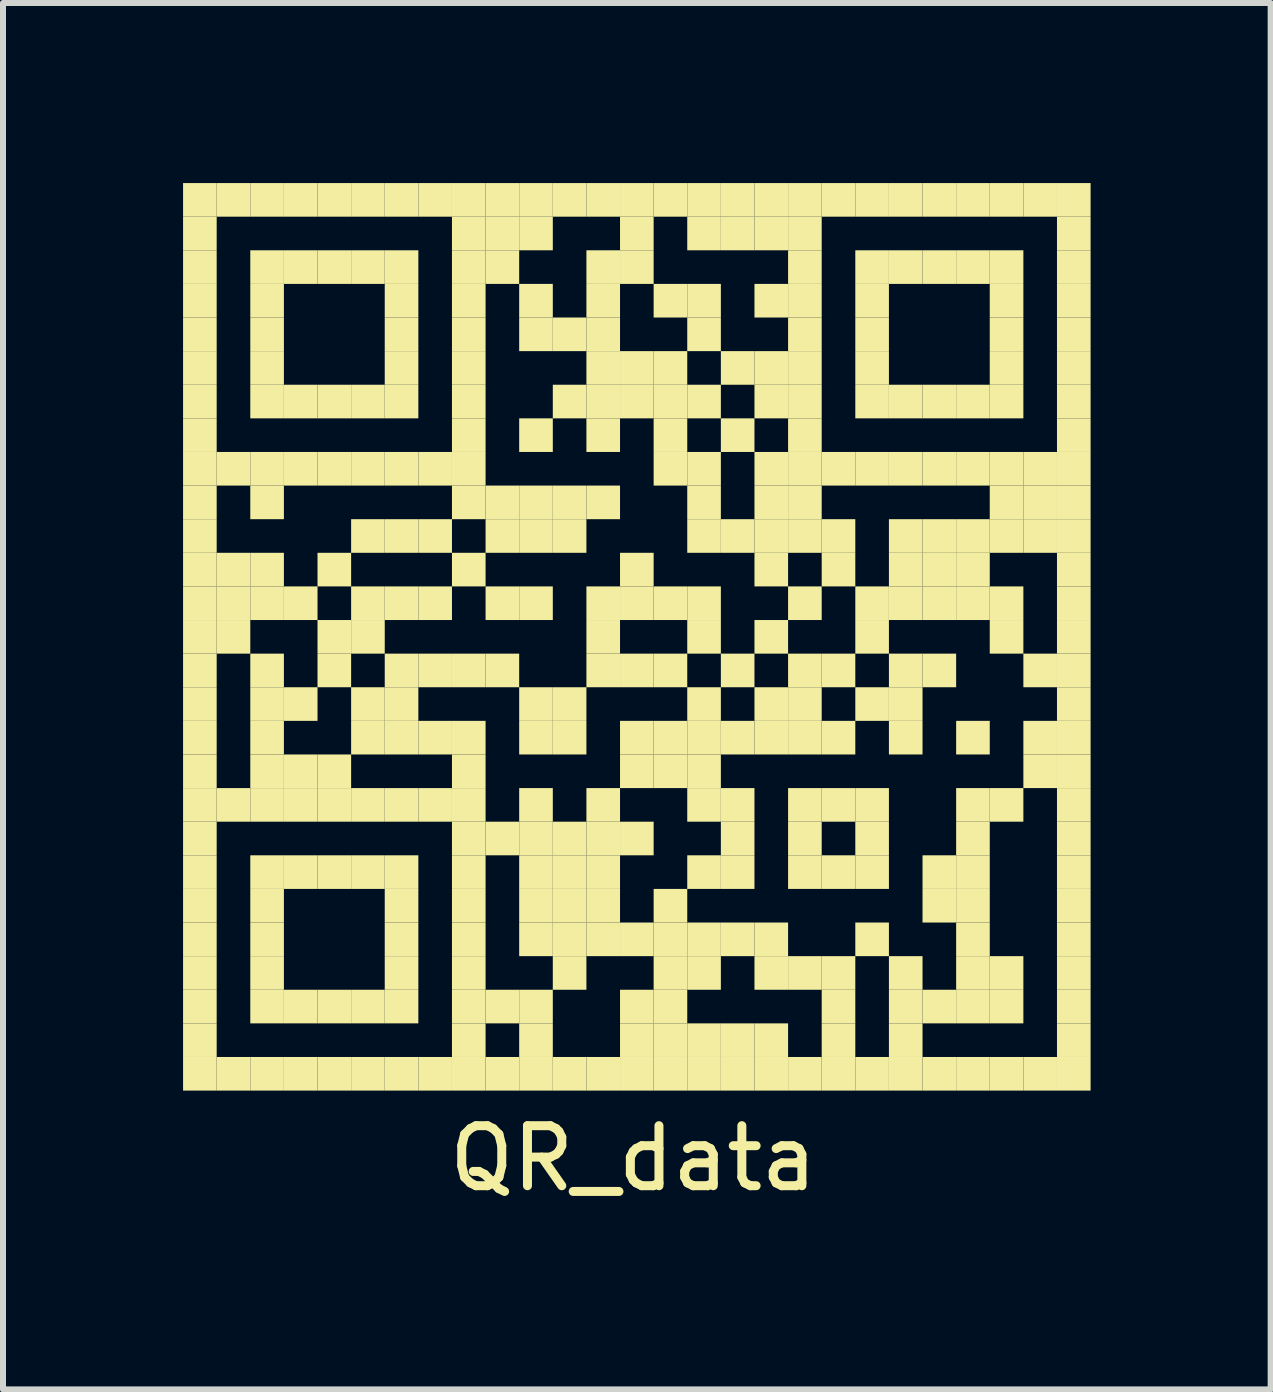
<source format=kicad_pcb>
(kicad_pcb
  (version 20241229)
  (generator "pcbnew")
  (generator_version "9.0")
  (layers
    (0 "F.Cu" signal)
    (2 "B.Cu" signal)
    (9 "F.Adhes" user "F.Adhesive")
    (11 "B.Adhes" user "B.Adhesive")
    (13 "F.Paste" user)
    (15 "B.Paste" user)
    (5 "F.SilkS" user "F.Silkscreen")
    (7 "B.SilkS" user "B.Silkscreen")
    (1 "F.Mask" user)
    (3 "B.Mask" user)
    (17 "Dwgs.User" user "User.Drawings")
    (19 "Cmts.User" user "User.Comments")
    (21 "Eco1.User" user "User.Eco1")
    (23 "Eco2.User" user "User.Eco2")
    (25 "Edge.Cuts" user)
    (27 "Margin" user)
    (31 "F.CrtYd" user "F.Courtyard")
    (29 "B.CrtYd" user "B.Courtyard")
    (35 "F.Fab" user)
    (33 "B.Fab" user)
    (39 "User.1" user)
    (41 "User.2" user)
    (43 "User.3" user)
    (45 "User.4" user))
  (footprint "QR_data"
    (layer "F.Cu")
    (at 7.5 7.5)
    (property "Reference" "QR_data" (at 0 8.75 0) (layer "F.SilkS") (effects (font (size 1 1) (thickness 0.15))))
    (attr exclude_from_pos_files exclude_from_bom)
    (fp_poly (pts (xy -7.5 -7.5) (xy -7.5 -6.94) (xy -6.94 -6.94) (xy -6.94 -7.5)) (stroke (width 0) (type solid)) (fill yes) (layer "F.SilkS"))
    (fp_poly (pts (xy -7.5 -6.94) (xy -7.5 -6.38) (xy -6.94 -6.38) (xy -6.94 -6.94)) (stroke (width 0) (type solid)) (fill yes) (layer "F.SilkS"))
    (fp_poly (pts (xy -7.5 -6.38) (xy -7.5 -5.82) (xy -6.94 -5.82) (xy -6.94 -6.38)) (stroke (width 0) (type solid)) (fill yes) (layer "F.SilkS"))
    (fp_poly (pts (xy -7.5 -5.82) (xy -7.5 -5.26) (xy -6.94 -5.26) (xy -6.94 -5.82)) (stroke (width 0) (type solid)) (fill yes) (layer "F.SilkS"))
    (fp_poly (pts (xy -7.5 -5.26) (xy -7.5 -4.7) (xy -6.94 -4.7) (xy -6.94 -5.26)) (stroke (width 0) (type solid)) (fill yes) (layer "F.SilkS"))
    (fp_poly (pts (xy -7.5 -4.7) (xy -7.5 -4.14) (xy -6.94 -4.14) (xy -6.94 -4.7)) (stroke (width 0) (type solid)) (fill yes) (layer "F.SilkS"))
    (fp_poly (pts (xy -7.5 -4.14) (xy -7.5 -3.58) (xy -6.94 -3.58) (xy -6.94 -4.14)) (stroke (width 0) (type solid)) (fill yes) (layer "F.SilkS"))
    (fp_poly (pts (xy -7.5 -3.58) (xy -7.5 -3.02) (xy -6.94 -3.02) (xy -6.94 -3.58)) (stroke (width 0) (type solid)) (fill yes) (layer "F.SilkS"))
    (fp_poly (pts (xy -7.5 -3.02) (xy -7.5 -2.46) (xy -6.94 -2.46) (xy -6.94 -3.02)) (stroke (width 0) (type solid)) (fill yes) (layer "F.SilkS"))
    (fp_poly (pts (xy -7.5 -2.46) (xy -7.5 -1.9) (xy -6.94 -1.9) (xy -6.94 -2.46)) (stroke (width 0) (type solid)) (fill yes) (layer "F.SilkS"))
    (fp_poly (pts (xy -7.5 -1.9) (xy -7.5 -1.34) (xy -6.94 -1.34) (xy -6.94 -1.9)) (stroke (width 0) (type solid)) (fill yes) (layer "F.SilkS"))
    (fp_poly (pts (xy -7.5 -1.34) (xy -7.5 -0.78) (xy -6.94 -0.78) (xy -6.94 -1.34)) (stroke (width 0) (type solid)) (fill yes) (layer "F.SilkS"))
    (fp_poly (pts (xy -7.5 -0.78) (xy -7.5 -0.22) (xy -6.94 -0.22) (xy -6.94 -0.78)) (stroke (width 0) (type solid)) (fill yes) (layer "F.SilkS"))
    (fp_poly (pts (xy -7.5 -0.22) (xy -7.5 0.34) (xy -6.94 0.34) (xy -6.94 -0.22)) (stroke (width 0) (type solid)) (fill yes) (layer "F.SilkS"))
    (fp_poly (pts (xy -7.5 0.34) (xy -7.5 0.9) (xy -6.94 0.9) (xy -6.94 0.34)) (stroke (width 0) (type solid)) (fill yes) (layer "F.SilkS"))
    (fp_poly (pts (xy -7.5 0.9) (xy -7.5 1.46) (xy -6.94 1.46) (xy -6.94 0.9)) (stroke (width 0) (type solid)) (fill yes) (layer "F.SilkS"))
    (fp_poly (pts (xy -7.5 1.46) (xy -7.5 2.02) (xy -6.94 2.02) (xy -6.94 1.46)) (stroke (width 0) (type solid)) (fill yes) (layer "F.SilkS"))
    (fp_poly (pts (xy -7.5 2.02) (xy -7.5 2.58) (xy -6.94 2.58) (xy -6.94 2.02)) (stroke (width 0) (type solid)) (fill yes) (layer "F.SilkS"))
    (fp_poly (pts (xy -7.5 2.58) (xy -7.5 3.14) (xy -6.94 3.14) (xy -6.94 2.58)) (stroke (width 0) (type solid)) (fill yes) (layer "F.SilkS"))
    (fp_poly (pts (xy -7.5 3.14) (xy -7.5 3.7) (xy -6.94 3.7) (xy -6.94 3.14)) (stroke (width 0) (type solid)) (fill yes) (layer "F.SilkS"))
    (fp_poly (pts (xy -7.5 3.7) (xy -7.5 4.26) (xy -6.94 4.26) (xy -6.94 3.7)) (stroke (width 0) (type solid)) (fill yes) (layer "F.SilkS"))
    (fp_poly (pts (xy -7.5 4.26) (xy -7.5 4.82) (xy -6.94 4.82) (xy -6.94 4.26)) (stroke (width 0) (type solid)) (fill yes) (layer "F.SilkS"))
    (fp_poly (pts (xy -7.5 4.82) (xy -7.5 5.38) (xy -6.94 5.38) (xy -6.94 4.82)) (stroke (width 0) (type solid)) (fill yes) (layer "F.SilkS"))
    (fp_poly (pts (xy -7.5 5.38) (xy -7.5 5.94) (xy -6.94 5.94) (xy -6.94 5.38)) (stroke (width 0) (type solid)) (fill yes) (layer "F.SilkS"))
    (fp_poly (pts (xy -7.5 5.94) (xy -7.5 6.5) (xy -6.94 6.5) (xy -6.94 5.94)) (stroke (width 0) (type solid)) (fill yes) (layer "F.SilkS"))
    (fp_poly (pts (xy -7.5 6.5) (xy -7.5 7.06) (xy -6.94 7.06) (xy -6.94 6.5)) (stroke (width 0) (type solid)) (fill yes) (layer "F.SilkS"))
    (fp_poly (pts (xy -7.5 7.06) (xy -7.5 7.62) (xy -6.94 7.62) (xy -6.94 7.06)) (stroke (width 0) (type solid)) (fill yes) (layer "F.SilkS"))
    (fp_poly (pts (xy -6.94 -7.5) (xy -6.94 -6.94) (xy -6.38 -6.94) (xy -6.38 -7.5)) (stroke (width 0) (type solid)) (fill yes) (layer "F.SilkS"))
    (fp_poly (pts (xy -6.94 -3.02) (xy -6.94 -2.46) (xy -6.38 -2.46) (xy -6.38 -3.02)) (stroke (width 0) (type solid)) (fill yes) (layer "F.SilkS"))
    (fp_poly (pts (xy -6.94 -1.34) (xy -6.94 -0.78) (xy -6.38 -0.78) (xy -6.38 -1.34)) (stroke (width 0) (type solid)) (fill yes) (layer "F.SilkS"))
    (fp_poly (pts (xy -6.94 -0.78) (xy -6.94 -0.22) (xy -6.38 -0.22) (xy -6.38 -0.78)) (stroke (width 0) (type solid)) (fill yes) (layer "F.SilkS"))
    (fp_poly (pts (xy -6.94 -0.22) (xy -6.94 0.34) (xy -6.38 0.34) (xy -6.38 -0.22)) (stroke (width 0) (type solid)) (fill yes) (layer "F.SilkS"))
    (fp_poly (pts (xy -6.94 2.58) (xy -6.94 3.14) (xy -6.38 3.14) (xy -6.38 2.58)) (stroke (width 0) (type solid)) (fill yes) (layer "F.SilkS"))
    (fp_poly (pts (xy -6.94 7.06) (xy -6.94 7.62) (xy -6.38 7.62) (xy -6.38 7.06)) (stroke (width 0) (type solid)) (fill yes) (layer "F.SilkS"))
    (fp_poly (pts (xy -6.38 -7.5) (xy -6.38 -6.94) (xy -5.82 -6.94) (xy -5.82 -7.5)) (stroke (width 0) (type solid)) (fill yes) (layer "F.SilkS"))
    (fp_poly (pts (xy -6.38 -6.38) (xy -6.38 -5.82) (xy -5.82 -5.82) (xy -5.82 -6.38)) (stroke (width 0) (type solid)) (fill yes) (layer "F.SilkS"))
    (fp_poly (pts (xy -6.38 -5.82) (xy -6.38 -5.26) (xy -5.82 -5.26) (xy -5.82 -5.82)) (stroke (width 0) (type solid)) (fill yes) (layer "F.SilkS"))
    (fp_poly (pts (xy -6.38 -5.26) (xy -6.38 -4.7) (xy -5.82 -4.7) (xy -5.82 -5.26)) (stroke (width 0) (type solid)) (fill yes) (layer "F.SilkS"))
    (fp_poly (pts (xy -6.38 -4.7) (xy -6.38 -4.14) (xy -5.82 -4.14) (xy -5.82 -4.7)) (stroke (width 0) (type solid)) (fill yes) (layer "F.SilkS"))
    (fp_poly (pts (xy -6.38 -4.14) (xy -6.38 -3.58) (xy -5.82 -3.58) (xy -5.82 -4.14)) (stroke (width 0) (type solid)) (fill yes) (layer "F.SilkS"))
    (fp_poly (pts (xy -6.38 -3.02) (xy -6.38 -2.46) (xy -5.82 -2.46) (xy -5.82 -3.02)) (stroke (width 0) (type solid)) (fill yes) (layer "F.SilkS"))
    (fp_poly (pts (xy -6.38 -2.46) (xy -6.38 -1.9) (xy -5.82 -1.9) (xy -5.82 -2.46)) (stroke (width 0) (type solid)) (fill yes) (layer "F.SilkS"))
    (fp_poly (pts (xy -6.38 -1.34) (xy -6.38 -0.78) (xy -5.82 -0.78) (xy -5.82 -1.34)) (stroke (width 0) (type solid)) (fill yes) (layer "F.SilkS"))
    (fp_poly (pts (xy -6.38 -0.78) (xy -6.38 -0.22) (xy -5.82 -0.22) (xy -5.82 -0.78)) (stroke (width 0) (type solid)) (fill yes) (layer "F.SilkS"))
    (fp_poly (pts (xy -6.38 0.34) (xy -6.38 0.9) (xy -5.82 0.9) (xy -5.82 0.34)) (stroke (width 0) (type solid)) (fill yes) (layer "F.SilkS"))
    (fp_poly (pts (xy -6.38 0.9) (xy -6.38 1.46) (xy -5.82 1.46) (xy -5.82 0.9)) (stroke (width 0) (type solid)) (fill yes) (layer "F.SilkS"))
    (fp_poly (pts (xy -6.38 1.46) (xy -6.38 2.02) (xy -5.82 2.02) (xy -5.82 1.46)) (stroke (width 0) (type solid)) (fill yes) (layer "F.SilkS"))
    (fp_poly (pts (xy -6.38 2.02) (xy -6.38 2.58) (xy -5.82 2.58) (xy -5.82 2.02)) (stroke (width 0) (type solid)) (fill yes) (layer "F.SilkS"))
    (fp_poly (pts (xy -6.38 2.58) (xy -6.38 3.14) (xy -5.82 3.14) (xy -5.82 2.58)) (stroke (width 0) (type solid)) (fill yes) (layer "F.SilkS"))
    (fp_poly (pts (xy -6.38 3.7) (xy -6.38 4.26) (xy -5.82 4.26) (xy -5.82 3.7)) (stroke (width 0) (type solid)) (fill yes) (layer "F.SilkS"))
    (fp_poly (pts (xy -6.38 4.26) (xy -6.38 4.82) (xy -5.82 4.82) (xy -5.82 4.26)) (stroke (width 0) (type solid)) (fill yes) (layer "F.SilkS"))
    (fp_poly (pts (xy -6.38 4.82) (xy -6.38 5.38) (xy -5.82 5.38) (xy -5.82 4.82)) (stroke (width 0) (type solid)) (fill yes) (layer "F.SilkS"))
    (fp_poly (pts (xy -6.38 5.38) (xy -6.38 5.94) (xy -5.82 5.94) (xy -5.82 5.38)) (stroke (width 0) (type solid)) (fill yes) (layer "F.SilkS"))
    (fp_poly (pts (xy -6.38 5.94) (xy -6.38 6.5) (xy -5.82 6.5) (xy -5.82 5.94)) (stroke (width 0) (type solid)) (fill yes) (layer "F.SilkS"))
    (fp_poly (pts (xy -6.38 7.06) (xy -6.38 7.62) (xy -5.82 7.62) (xy -5.82 7.06)) (stroke (width 0) (type solid)) (fill yes) (layer "F.SilkS"))
    (fp_poly (pts (xy -5.82 -7.5) (xy -5.82 -6.94) (xy -5.26 -6.94) (xy -5.26 -7.5)) (stroke (width 0) (type solid)) (fill yes) (layer "F.SilkS"))
    (fp_poly (pts (xy -5.82 -6.38) (xy -5.82 -5.82) (xy -5.26 -5.82) (xy -5.26 -6.38)) (stroke (width 0) (type solid)) (fill yes) (layer "F.SilkS"))
    (fp_poly (pts (xy -5.82 -4.14) (xy -5.82 -3.58) (xy -5.26 -3.58) (xy -5.26 -4.14)) (stroke (width 0) (type solid)) (fill yes) (layer "F.SilkS"))
    (fp_poly (pts (xy -5.82 -3.02) (xy -5.82 -2.46) (xy -5.26 -2.46) (xy -5.26 -3.02)) (stroke (width 0) (type solid)) (fill yes) (layer "F.SilkS"))
    (fp_poly (pts (xy -5.82 -0.78) (xy -5.82 -0.22) (xy -5.26 -0.22) (xy -5.26 -0.78)) (stroke (width 0) (type solid)) (fill yes) (layer "F.SilkS"))
    (fp_poly (pts (xy -5.82 0.9) (xy -5.82 1.46) (xy -5.26 1.46) (xy -5.26 0.9)) (stroke (width 0) (type solid)) (fill yes) (layer "F.SilkS"))
    (fp_poly (pts (xy -5.82 2.02) (xy -5.82 2.58) (xy -5.26 2.58) (xy -5.26 2.02)) (stroke (width 0) (type solid)) (fill yes) (layer "F.SilkS"))
    (fp_poly (pts (xy -5.82 2.58) (xy -5.82 3.14) (xy -5.26 3.14) (xy -5.26 2.58)) (stroke (width 0) (type solid)) (fill yes) (layer "F.SilkS"))
    (fp_poly (pts (xy -5.82 3.7) (xy -5.82 4.26) (xy -5.26 4.26) (xy -5.26 3.7)) (stroke (width 0) (type solid)) (fill yes) (layer "F.SilkS"))
    (fp_poly (pts (xy -5.82 5.94) (xy -5.82 6.5) (xy -5.26 6.5) (xy -5.26 5.94)) (stroke (width 0) (type solid)) (fill yes) (layer "F.SilkS"))
    (fp_poly (pts (xy -5.82 7.06) (xy -5.82 7.62) (xy -5.26 7.62) (xy -5.26 7.06)) (stroke (width 0) (type solid)) (fill yes) (layer "F.SilkS"))
    (fp_poly (pts (xy -5.26 -7.5) (xy -5.26 -6.94) (xy -4.7 -6.94) (xy -4.7 -7.5)) (stroke (width 0) (type solid)) (fill yes) (layer "F.SilkS"))
    (fp_poly (pts (xy -5.26 -6.38) (xy -5.26 -5.82) (xy -4.7 -5.82) (xy -4.7 -6.38)) (stroke (width 0) (type solid)) (fill yes) (layer "F.SilkS"))
    (fp_poly (pts (xy -5.26 -4.14) (xy -5.26 -3.58) (xy -4.7 -3.58) (xy -4.7 -4.14)) (stroke (width 0) (type solid)) (fill yes) (layer "F.SilkS"))
    (fp_poly (pts (xy -5.26 -3.02) (xy -5.26 -2.46) (xy -4.7 -2.46) (xy -4.7 -3.02)) (stroke (width 0) (type solid)) (fill yes) (layer "F.SilkS"))
    (fp_poly (pts (xy -5.26 -1.34) (xy -5.26 -0.78) (xy -4.7 -0.78) (xy -4.7 -1.34)) (stroke (width 0) (type solid)) (fill yes) (layer "F.SilkS"))
    (fp_poly (pts (xy -5.26 -0.22) (xy -5.26 0.34) (xy -4.7 0.34) (xy -4.7 -0.22)) (stroke (width 0) (type solid)) (fill yes) (layer "F.SilkS"))
    (fp_poly (pts (xy -5.26 0.34) (xy -5.26 0.9) (xy -4.7 0.9) (xy -4.7 0.34)) (stroke (width 0) (type solid)) (fill yes) (layer "F.SilkS"))
    (fp_poly (pts (xy -5.26 2.02) (xy -5.26 2.58) (xy -4.7 2.58) (xy -4.7 2.02)) (stroke (width 0) (type solid)) (fill yes) (layer "F.SilkS"))
    (fp_poly (pts (xy -5.26 2.58) (xy -5.26 3.14) (xy -4.7 3.14) (xy -4.7 2.58)) (stroke (width 0) (type solid)) (fill yes) (layer "F.SilkS"))
    (fp_poly (pts (xy -5.26 3.7) (xy -5.26 4.26) (xy -4.7 4.26) (xy -4.7 3.7)) (stroke (width 0) (type solid)) (fill yes) (layer "F.SilkS"))
    (fp_poly (pts (xy -5.26 5.94) (xy -5.26 6.5) (xy -4.7 6.5) (xy -4.7 5.94)) (stroke (width 0) (type solid)) (fill yes) (layer "F.SilkS"))
    (fp_poly (pts (xy -5.26 7.06) (xy -5.26 7.62) (xy -4.7 7.62) (xy -4.7 7.06)) (stroke (width 0) (type solid)) (fill yes) (layer "F.SilkS"))
    (fp_poly (pts (xy -4.7 -7.5) (xy -4.7 -6.94) (xy -4.14 -6.94) (xy -4.14 -7.5)) (stroke (width 0) (type solid)) (fill yes) (layer "F.SilkS"))
    (fp_poly (pts (xy -4.7 -6.38) (xy -4.7 -5.82) (xy -4.14 -5.82) (xy -4.14 -6.38)) (stroke (width 0) (type solid)) (fill yes) (layer "F.SilkS"))
    (fp_poly (pts (xy -4.7 -4.14) (xy -4.7 -3.58) (xy -4.14 -3.58) (xy -4.14 -4.14)) (stroke (width 0) (type solid)) (fill yes) (layer "F.SilkS"))
    (fp_poly (pts (xy -4.7 -3.02) (xy -4.7 -2.46) (xy -4.14 -2.46) (xy -4.14 -3.02)) (stroke (width 0) (type solid)) (fill yes) (layer "F.SilkS"))
    (fp_poly (pts (xy -4.7 -1.9) (xy -4.7 -1.34) (xy -4.14 -1.34) (xy -4.14 -1.9)) (stroke (width 0) (type solid)) (fill yes) (layer "F.SilkS"))
    (fp_poly (pts (xy -4.7 -0.78) (xy -4.7 -0.22) (xy -4.14 -0.22) (xy -4.14 -0.78)) (stroke (width 0) (type solid)) (fill yes) (layer "F.SilkS"))
    (fp_poly (pts (xy -4.7 -0.22) (xy -4.7 0.34) (xy -4.14 0.34) (xy -4.14 -0.22)) (stroke (width 0) (type solid)) (fill yes) (layer "F.SilkS"))
    (fp_poly (pts (xy -4.7 0.9) (xy -4.7 1.46) (xy -4.14 1.46) (xy -4.14 0.9)) (stroke (width 0) (type solid)) (fill yes) (layer "F.SilkS"))
    (fp_poly (pts (xy -4.7 1.46) (xy -4.7 2.02) (xy -4.14 2.02) (xy -4.14 1.46)) (stroke (width 0) (type solid)) (fill yes) (layer "F.SilkS"))
    (fp_poly (pts (xy -4.7 2.58) (xy -4.7 3.14) (xy -4.14 3.14) (xy -4.14 2.58)) (stroke (width 0) (type solid)) (fill yes) (layer "F.SilkS"))
    (fp_poly (pts (xy -4.7 3.7) (xy -4.7 4.26) (xy -4.14 4.26) (xy -4.14 3.7)) (stroke (width 0) (type solid)) (fill yes) (layer "F.SilkS"))
    (fp_poly (pts (xy -4.7 5.94) (xy -4.7 6.5) (xy -4.14 6.5) (xy -4.14 5.94)) (stroke (width 0) (type solid)) (fill yes) (layer "F.SilkS"))
    (fp_poly (pts (xy -4.7 7.06) (xy -4.7 7.62) (xy -4.14 7.62) (xy -4.14 7.06)) (stroke (width 0) (type solid)) (fill yes) (layer "F.SilkS"))
    (fp_poly (pts (xy -4.14 -7.5) (xy -4.14 -6.94) (xy -3.58 -6.94) (xy -3.58 -7.5)) (stroke (width 0) (type solid)) (fill yes) (layer "F.SilkS"))
    (fp_poly (pts (xy -4.14 -6.38) (xy -4.14 -5.82) (xy -3.58 -5.82) (xy -3.58 -6.38)) (stroke (width 0) (type solid)) (fill yes) (layer "F.SilkS"))
    (fp_poly (pts (xy -4.14 -5.82) (xy -4.14 -5.26) (xy -3.58 -5.26) (xy -3.58 -5.82)) (stroke (width 0) (type solid)) (fill yes) (layer "F.SilkS"))
    (fp_poly (pts (xy -4.14 -5.26) (xy -4.14 -4.7) (xy -3.58 -4.7) (xy -3.58 -5.26)) (stroke (width 0) (type solid)) (fill yes) (layer "F.SilkS"))
    (fp_poly (pts (xy -4.14 -4.7) (xy -4.14 -4.14) (xy -3.58 -4.14) (xy -3.58 -4.7)) (stroke (width 0) (type solid)) (fill yes) (layer "F.SilkS"))
    (fp_poly (pts (xy -4.14 -4.14) (xy -4.14 -3.58) (xy -3.58 -3.58) (xy -3.58 -4.14)) (stroke (width 0) (type solid)) (fill yes) (layer "F.SilkS"))
    (fp_poly (pts (xy -4.14 -3.02) (xy -4.14 -2.46) (xy -3.58 -2.46) (xy -3.58 -3.02)) (stroke (width 0) (type solid)) (fill yes) (layer "F.SilkS"))
    (fp_poly (pts (xy -4.14 -1.9) (xy -4.14 -1.34) (xy -3.58 -1.34) (xy -3.58 -1.9)) (stroke (width 0) (type solid)) (fill yes) (layer "F.SilkS"))
    (fp_poly (pts (xy -4.14 -0.78) (xy -4.14 -0.22) (xy -3.58 -0.22) (xy -3.58 -0.78)) (stroke (width 0) (type solid)) (fill yes) (layer "F.SilkS"))
    (fp_poly (pts (xy -4.14 0.34) (xy -4.14 0.9) (xy -3.58 0.9) (xy -3.58 0.34)) (stroke (width 0) (type solid)) (fill yes) (layer "F.SilkS"))
    (fp_poly (pts (xy -4.14 0.9) (xy -4.14 1.46) (xy -3.58 1.46) (xy -3.58 0.9)) (stroke (width 0) (type solid)) (fill yes) (layer "F.SilkS"))
    (fp_poly (pts (xy -4.14 1.46) (xy -4.14 2.02) (xy -3.58 2.02) (xy -3.58 1.46)) (stroke (width 0) (type solid)) (fill yes) (layer "F.SilkS"))
    (fp_poly (pts (xy -4.14 2.58) (xy -4.14 3.14) (xy -3.58 3.14) (xy -3.58 2.58)) (stroke (width 0) (type solid)) (fill yes) (layer "F.SilkS"))
    (fp_poly (pts (xy -4.14 3.7) (xy -4.14 4.26) (xy -3.58 4.26) (xy -3.58 3.7)) (stroke (width 0) (type solid)) (fill yes) (layer "F.SilkS"))
    (fp_poly (pts (xy -4.14 4.26) (xy -4.14 4.82) (xy -3.58 4.82) (xy -3.58 4.26)) (stroke (width 0) (type solid)) (fill yes) (layer "F.SilkS"))
    (fp_poly (pts (xy -4.14 4.82) (xy -4.14 5.38) (xy -3.58 5.38) (xy -3.58 4.82)) (stroke (width 0) (type solid)) (fill yes) (layer "F.SilkS"))
    (fp_poly (pts (xy -4.14 5.38) (xy -4.14 5.94) (xy -3.58 5.94) (xy -3.58 5.38)) (stroke (width 0) (type solid)) (fill yes) (layer "F.SilkS"))
    (fp_poly (pts (xy -4.14 5.94) (xy -4.14 6.5) (xy -3.58 6.5) (xy -3.58 5.94)) (stroke (width 0) (type solid)) (fill yes) (layer "F.SilkS"))
    (fp_poly (pts (xy -4.14 7.06) (xy -4.14 7.62) (xy -3.58 7.62) (xy -3.58 7.06)) (stroke (width 0) (type solid)) (fill yes) (layer "F.SilkS"))
    (fp_poly (pts (xy -3.58 -7.5) (xy -3.58 -6.94) (xy -3.02 -6.94) (xy -3.02 -7.5)) (stroke (width 0) (type solid)) (fill yes) (layer "F.SilkS"))
    (fp_poly (pts (xy -3.58 -3.02) (xy -3.58 -2.46) (xy -3.02 -2.46) (xy -3.02 -3.02)) (stroke (width 0) (type solid)) (fill yes) (layer "F.SilkS"))
    (fp_poly (pts (xy -3.58 -1.9) (xy -3.58 -1.34) (xy -3.02 -1.34) (xy -3.02 -1.9)) (stroke (width 0) (type solid)) (fill yes) (layer "F.SilkS"))
    (fp_poly (pts (xy -3.58 -0.78) (xy -3.58 -0.22) (xy -3.02 -0.22) (xy -3.02 -0.78)) (stroke (width 0) (type solid)) (fill yes) (layer "F.SilkS"))
    (fp_poly (pts (xy -3.58 0.34) (xy -3.58 0.9) (xy -3.02 0.9) (xy -3.02 0.34)) (stroke (width 0) (type solid)) (fill yes) (layer "F.SilkS"))
    (fp_poly (pts (xy -3.58 1.46) (xy -3.58 2.02) (xy -3.02 2.02) (xy -3.02 1.46)) (stroke (width 0) (type solid)) (fill yes) (layer "F.SilkS"))
    (fp_poly (pts (xy -3.58 2.58) (xy -3.58 3.14) (xy -3.02 3.14) (xy -3.02 2.58)) (stroke (width 0) (type solid)) (fill yes) (layer "F.SilkS"))
    (fp_poly (pts (xy -3.58 7.06) (xy -3.58 7.62) (xy -3.02 7.62) (xy -3.02 7.06)) (stroke (width 0) (type solid)) (fill yes) (layer "F.SilkS"))
    (fp_poly (pts (xy -3.02 -7.5) (xy -3.02 -6.94) (xy -2.46 -6.94) (xy -2.46 -7.5)) (stroke (width 0) (type solid)) (fill yes) (layer "F.SilkS"))
    (fp_poly (pts (xy -3.02 -6.94) (xy -3.02 -6.38) (xy -2.46 -6.38) (xy -2.46 -6.94)) (stroke (width 0) (type solid)) (fill yes) (layer "F.SilkS"))
    (fp_poly (pts (xy -3.02 -6.38) (xy -3.02 -5.82) (xy -2.46 -5.82) (xy -2.46 -6.38)) (stroke (width 0) (type solid)) (fill yes) (layer "F.SilkS"))
    (fp_poly (pts (xy -3.02 -5.82) (xy -3.02 -5.26) (xy -2.46 -5.26) (xy -2.46 -5.82)) (stroke (width 0) (type solid)) (fill yes) (layer "F.SilkS"))
    (fp_poly (pts (xy -3.02 -5.26) (xy -3.02 -4.7) (xy -2.46 -4.7) (xy -2.46 -5.26)) (stroke (width 0) (type solid)) (fill yes) (layer "F.SilkS"))
    (fp_poly (pts (xy -3.02 -4.7) (xy -3.02 -4.14) (xy -2.46 -4.14) (xy -2.46 -4.7)) (stroke (width 0) (type solid)) (fill yes) (layer "F.SilkS"))
    (fp_poly (pts (xy -3.02 -4.14) (xy -3.02 -3.58) (xy -2.46 -3.58) (xy -2.46 -4.14)) (stroke (width 0) (type solid)) (fill yes) (layer "F.SilkS"))
    (fp_poly (pts (xy -3.02 -3.58) (xy -3.02 -3.02) (xy -2.46 -3.02) (xy -2.46 -3.58)) (stroke (width 0) (type solid)) (fill yes) (layer "F.SilkS"))
    (fp_poly (pts (xy -3.02 -3.02) (xy -3.02 -2.46) (xy -2.46 -2.46) (xy -2.46 -3.02)) (stroke (width 0) (type solid)) (fill yes) (layer "F.SilkS"))
    (fp_poly (pts (xy -3.02 -2.46) (xy -3.02 -1.9) (xy -2.46 -1.9) (xy -2.46 -2.46)) (stroke (width 0) (type solid)) (fill yes) (layer "F.SilkS"))
    (fp_poly (pts (xy -3.02 -1.34) (xy -3.02 -0.78) (xy -2.46 -0.78) (xy -2.46 -1.34)) (stroke (width 0) (type solid)) (fill yes) (layer "F.SilkS"))
    (fp_poly (pts (xy -3.02 0.34) (xy -3.02 0.9) (xy -2.46 0.9) (xy -2.46 0.34)) (stroke (width 0) (type solid)) (fill yes) (layer "F.SilkS"))
    (fp_poly (pts (xy -3.02 1.46) (xy -3.02 2.02) (xy -2.46 2.02) (xy -2.46 1.46)) (stroke (width 0) (type solid)) (fill yes) (layer "F.SilkS"))
    (fp_poly (pts (xy -3.02 2.02) (xy -3.02 2.58) (xy -2.46 2.58) (xy -2.46 2.02)) (stroke (width 0) (type solid)) (fill yes) (layer "F.SilkS"))
    (fp_poly (pts (xy -3.02 2.58) (xy -3.02 3.14) (xy -2.46 3.14) (xy -2.46 2.58)) (stroke (width 0) (type solid)) (fill yes) (layer "F.SilkS"))
    (fp_poly (pts (xy -3.02 3.14) (xy -3.02 3.7) (xy -2.46 3.7) (xy -2.46 3.14)) (stroke (width 0) (type solid)) (fill yes) (layer "F.SilkS"))
    (fp_poly (pts (xy -3.02 3.7) (xy -3.02 4.26) (xy -2.46 4.26) (xy -2.46 3.7)) (stroke (width 0) (type solid)) (fill yes) (layer "F.SilkS"))
    (fp_poly (pts (xy -3.02 4.26) (xy -3.02 4.82) (xy -2.46 4.82) (xy -2.46 4.26)) (stroke (width 0) (type solid)) (fill yes) (layer "F.SilkS"))
    (fp_poly (pts (xy -3.02 4.82) (xy -3.02 5.38) (xy -2.46 5.38) (xy -2.46 4.82)) (stroke (width 0) (type solid)) (fill yes) (layer "F.SilkS"))
    (fp_poly (pts (xy -3.02 5.38) (xy -3.02 5.94) (xy -2.46 5.94) (xy -2.46 5.38)) (stroke (width 0) (type solid)) (fill yes) (layer "F.SilkS"))
    (fp_poly (pts (xy -3.02 5.94) (xy -3.02 6.5) (xy -2.46 6.5) (xy -2.46 5.94)) (stroke (width 0) (type solid)) (fill yes) (layer "F.SilkS"))
    (fp_poly (pts (xy -3.02 6.5) (xy -3.02 7.06) (xy -2.46 7.06) (xy -2.46 6.5)) (stroke (width 0) (type solid)) (fill yes) (layer "F.SilkS"))
    (fp_poly (pts (xy -3.02 7.06) (xy -3.02 7.62) (xy -2.46 7.62) (xy -2.46 7.06)) (stroke (width 0) (type solid)) (fill yes) (layer "F.SilkS"))
    (fp_poly (pts (xy -2.46 -7.5) (xy -2.46 -6.94) (xy -1.9 -6.94) (xy -1.9 -7.5)) (stroke (width 0) (type solid)) (fill yes) (layer "F.SilkS"))
    (fp_poly (pts (xy -2.46 -6.94) (xy -2.46 -6.38) (xy -1.9 -6.38) (xy -1.9 -6.94)) (stroke (width 0) (type solid)) (fill yes) (layer "F.SilkS"))
    (fp_poly (pts (xy -2.46 -6.38) (xy -2.46 -5.82) (xy -1.9 -5.82) (xy -1.9 -6.38)) (stroke (width 0) (type solid)) (fill yes) (layer "F.SilkS"))
    (fp_poly (pts (xy -2.46 -2.46) (xy -2.46 -1.9) (xy -1.9 -1.9) (xy -1.9 -2.46)) (stroke (width 0) (type solid)) (fill yes) (layer "F.SilkS"))
    (fp_poly (pts (xy -2.46 -1.9) (xy -2.46 -1.34) (xy -1.9 -1.34) (xy -1.9 -1.9)) (stroke (width 0) (type solid)) (fill yes) (layer "F.SilkS"))
    (fp_poly (pts (xy -2.46 -0.78) (xy -2.46 -0.22) (xy -1.9 -0.22) (xy -1.9 -0.78)) (stroke (width 0) (type solid)) (fill yes) (layer "F.SilkS"))
    (fp_poly (pts (xy -2.46 0.34) (xy -2.46 0.9) (xy -1.9 0.9) (xy -1.9 0.34)) (stroke (width 0) (type solid)) (fill yes) (layer "F.SilkS"))
    (fp_poly (pts (xy -2.46 3.14) (xy -2.46 3.7) (xy -1.9 3.7) (xy -1.9 3.14)) (stroke (width 0) (type solid)) (fill yes) (layer "F.SilkS"))
    (fp_poly (pts (xy -2.46 5.94) (xy -2.46 6.5) (xy -1.9 6.5) (xy -1.9 5.94)) (stroke (width 0) (type solid)) (fill yes) (layer "F.SilkS"))
    (fp_poly (pts (xy -2.46 7.06) (xy -2.46 7.62) (xy -1.9 7.62) (xy -1.9 7.06)) (stroke (width 0) (type solid)) (fill yes) (layer "F.SilkS"))
    (fp_poly (pts (xy -1.9 -7.5) (xy -1.9 -6.94) (xy -1.34 -6.94) (xy -1.34 -7.5)) (stroke (width 0) (type solid)) (fill yes) (layer "F.SilkS"))
    (fp_poly (pts (xy -1.9 -6.94) (xy -1.9 -6.38) (xy -1.34 -6.38) (xy -1.34 -6.94)) (stroke (width 0) (type solid)) (fill yes) (layer "F.SilkS"))
    (fp_poly (pts (xy -1.9 -5.82) (xy -1.9 -5.26) (xy -1.34 -5.26) (xy -1.34 -5.82)) (stroke (width 0) (type solid)) (fill yes) (layer "F.SilkS"))
    (fp_poly (pts (xy -1.9 -5.26) (xy -1.9 -4.7) (xy -1.34 -4.7) (xy -1.34 -5.26)) (stroke (width 0) (type solid)) (fill yes) (layer "F.SilkS"))
    (fp_poly (pts (xy -1.9 -3.58) (xy -1.9 -3.02) (xy -1.34 -3.02) (xy -1.34 -3.58)) (stroke (width 0) (type solid)) (fill yes) (layer "F.SilkS"))
    (fp_poly (pts (xy -1.9 -2.46) (xy -1.9 -1.9) (xy -1.34 -1.9) (xy -1.34 -2.46)) (stroke (width 0) (type solid)) (fill yes) (layer "F.SilkS"))
    (fp_poly (pts (xy -1.9 -1.9) (xy -1.9 -1.34) (xy -1.34 -1.34) (xy -1.34 -1.9)) (stroke (width 0) (type solid)) (fill yes) (layer "F.SilkS"))
    (fp_poly (pts (xy -1.9 -0.78) (xy -1.9 -0.22) (xy -1.34 -0.22) (xy -1.34 -0.78)) (stroke (width 0) (type solid)) (fill yes) (layer "F.SilkS"))
    (fp_poly (pts (xy -1.9 0.9) (xy -1.9 1.46) (xy -1.34 1.46) (xy -1.34 0.9)) (stroke (width 0) (type solid)) (fill yes) (layer "F.SilkS"))
    (fp_poly (pts (xy -1.9 1.46) (xy -1.9 2.02) (xy -1.34 2.02) (xy -1.34 1.46)) (stroke (width 0) (type solid)) (fill yes) (layer "F.SilkS"))
    (fp_poly (pts (xy -1.9 2.58) (xy -1.9 3.14) (xy -1.34 3.14) (xy -1.34 2.58)) (stroke (width 0) (type solid)) (fill yes) (layer "F.SilkS"))
    (fp_poly (pts (xy -1.9 3.14) (xy -1.9 3.7) (xy -1.34 3.7) (xy -1.34 3.14)) (stroke (width 0) (type solid)) (fill yes) (layer "F.SilkS"))
    (fp_poly (pts (xy -1.9 3.7) (xy -1.9 4.26) (xy -1.34 4.26) (xy -1.34 3.7)) (stroke (width 0) (type solid)) (fill yes) (layer "F.SilkS"))
    (fp_poly (pts (xy -1.9 4.26) (xy -1.9 4.82) (xy -1.34 4.82) (xy -1.34 4.26)) (stroke (width 0) (type solid)) (fill yes) (layer "F.SilkS"))
    (fp_poly (pts (xy -1.9 4.82) (xy -1.9 5.38) (xy -1.34 5.38) (xy -1.34 4.82)) (stroke (width 0) (type solid)) (fill yes) (layer "F.SilkS"))
    (fp_poly (pts (xy -1.9 5.94) (xy -1.9 6.5) (xy -1.34 6.5) (xy -1.34 5.94)) (stroke (width 0) (type solid)) (fill yes) (layer "F.SilkS"))
    (fp_poly (pts (xy -1.9 6.5) (xy -1.9 7.06) (xy -1.34 7.06) (xy -1.34 6.5)) (stroke (width 0) (type solid)) (fill yes) (layer "F.SilkS"))
    (fp_poly (pts (xy -1.9 7.06) (xy -1.9 7.62) (xy -1.34 7.62) (xy -1.34 7.06)) (stroke (width 0) (type solid)) (fill yes) (layer "F.SilkS"))
    (fp_poly (pts (xy -1.34 -7.5) (xy -1.34 -6.94) (xy -0.78 -6.94) (xy -0.78 -7.5)) (stroke (width 0) (type solid)) (fill yes) (layer "F.SilkS"))
    (fp_poly (pts (xy -1.34 -5.26) (xy -1.34 -4.7) (xy -0.78 -4.7) (xy -0.78 -5.26)) (stroke (width 0) (type solid)) (fill yes) (layer "F.SilkS"))
    (fp_poly (pts (xy -1.34 -4.14) (xy -1.34 -3.58) (xy -0.78 -3.58) (xy -0.78 -4.14)) (stroke (width 0) (type solid)) (fill yes) (layer "F.SilkS"))
    (fp_poly (pts (xy -1.34 -2.46) (xy -1.34 -1.9) (xy -0.78 -1.9) (xy -0.78 -2.46)) (stroke (width 0) (type solid)) (fill yes) (layer "F.SilkS"))
    (fp_poly (pts (xy -1.34 -1.9) (xy -1.34 -1.34) (xy -0.78 -1.34) (xy -0.78 -1.9)) (stroke (width 0) (type solid)) (fill yes) (layer "F.SilkS"))
    (fp_poly (pts (xy -1.34 0.9) (xy -1.34 1.46) (xy -0.78 1.46) (xy -0.78 0.9)) (stroke (width 0) (type solid)) (fill yes) (layer "F.SilkS"))
    (fp_poly (pts (xy -1.34 1.46) (xy -1.34 2.02) (xy -0.78 2.02) (xy -0.78 1.46)) (stroke (width 0) (type solid)) (fill yes) (layer "F.SilkS"))
    (fp_poly (pts (xy -1.34 3.14) (xy -1.34 3.7) (xy -0.78 3.7) (xy -0.78 3.14)) (stroke (width 0) (type solid)) (fill yes) (layer "F.SilkS"))
    (fp_poly (pts (xy -1.34 3.7) (xy -1.34 4.26) (xy -0.78 4.26) (xy -0.78 3.7)) (stroke (width 0) (type solid)) (fill yes) (layer "F.SilkS"))
    (fp_poly (pts (xy -1.34 4.26) (xy -1.34 4.82) (xy -0.78 4.82) (xy -0.78 4.26)) (stroke (width 0) (type solid)) (fill yes) (layer "F.SilkS"))
    (fp_poly (pts (xy -1.34 4.82) (xy -1.34 5.38) (xy -0.78 5.38) (xy -0.78 4.82)) (stroke (width 0) (type solid)) (fill yes) (layer "F.SilkS"))
    (fp_poly (pts (xy -1.34 5.38) (xy -1.34 5.94) (xy -0.78 5.94) (xy -0.78 5.38)) (stroke (width 0) (type solid)) (fill yes) (layer "F.SilkS"))
    (fp_poly (pts (xy -1.34 7.06) (xy -1.34 7.62) (xy -0.78 7.62) (xy -0.78 7.06)) (stroke (width 0) (type solid)) (fill yes) (layer "F.SilkS"))
    (fp_poly (pts (xy -0.78 -7.5) (xy -0.78 -6.94) (xy -0.22 -6.94) (xy -0.22 -7.5)) (stroke (width 0) (type solid)) (fill yes) (layer "F.SilkS"))
    (fp_poly (pts (xy -0.78 -6.38) (xy -0.78 -5.82) (xy -0.22 -5.82) (xy -0.22 -6.38)) (stroke (width 0) (type solid)) (fill yes) (layer "F.SilkS"))
    (fp_poly (pts (xy -0.78 -5.82) (xy -0.78 -5.26) (xy -0.22 -5.26) (xy -0.22 -5.82)) (stroke (width 0) (type solid)) (fill yes) (layer "F.SilkS"))
    (fp_poly (pts (xy -0.78 -5.26) (xy -0.78 -4.7) (xy -0.22 -4.7) (xy -0.22 -5.26)) (stroke (width 0) (type solid)) (fill yes) (layer "F.SilkS"))
    (fp_poly (pts (xy -0.78 -4.7) (xy -0.78 -4.14) (xy -0.22 -4.14) (xy -0.22 -4.7)) (stroke (width 0) (type solid)) (fill yes) (layer "F.SilkS"))
    (fp_poly (pts (xy -0.78 -4.14) (xy -0.78 -3.58) (xy -0.22 -3.58) (xy -0.22 -4.14)) (stroke (width 0) (type solid)) (fill yes) (layer "F.SilkS"))
    (fp_poly (pts (xy -0.78 -3.58) (xy -0.78 -3.02) (xy -0.22 -3.02) (xy -0.22 -3.58)) (stroke (width 0) (type solid)) (fill yes) (layer "F.SilkS"))
    (fp_poly (pts (xy -0.78 -2.46) (xy -0.78 -1.9) (xy -0.22 -1.9) (xy -0.22 -2.46)) (stroke (width 0) (type solid)) (fill yes) (layer "F.SilkS"))
    (fp_poly (pts (xy -0.78 -0.78) (xy -0.78 -0.22) (xy -0.22 -0.22) (xy -0.22 -0.78)) (stroke (width 0) (type solid)) (fill yes) (layer "F.SilkS"))
    (fp_poly (pts (xy -0.78 -0.22) (xy -0.78 0.34) (xy -0.22 0.34) (xy -0.22 -0.22)) (stroke (width 0) (type solid)) (fill yes) (layer "F.SilkS"))
    (fp_poly (pts (xy -0.78 0.34) (xy -0.78 0.9) (xy -0.22 0.9) (xy -0.22 0.34)) (stroke (width 0) (type solid)) (fill yes) (layer "F.SilkS"))
    (fp_poly (pts (xy -0.78 2.58) (xy -0.78 3.14) (xy -0.22 3.14) (xy -0.22 2.58)) (stroke (width 0) (type solid)) (fill yes) (layer "F.SilkS"))
    (fp_poly (pts (xy -0.78 3.14) (xy -0.78 3.7) (xy -0.22 3.7) (xy -0.22 3.14)) (stroke (width 0) (type solid)) (fill yes) (layer "F.SilkS"))
    (fp_poly (pts (xy -0.78 3.7) (xy -0.78 4.26) (xy -0.22 4.26) (xy -0.22 3.7)) (stroke (width 0) (type solid)) (fill yes) (layer "F.SilkS"))
    (fp_poly (pts (xy -0.78 4.26) (xy -0.78 4.82) (xy -0.22 4.82) (xy -0.22 4.26)) (stroke (width 0) (type solid)) (fill yes) (layer "F.SilkS"))
    (fp_poly (pts (xy -0.78 4.82) (xy -0.78 5.38) (xy -0.22 5.38) (xy -0.22 4.82)) (stroke (width 0) (type solid)) (fill yes) (layer "F.SilkS"))
    (fp_poly (pts (xy -0.78 7.06) (xy -0.78 7.62) (xy -0.22 7.62) (xy -0.22 7.06)) (stroke (width 0) (type solid)) (fill yes) (layer "F.SilkS"))
    (fp_poly (pts (xy -0.22 -7.5) (xy -0.22 -6.94) (xy 0.34 -6.94) (xy 0.34 -7.5)) (stroke (width 0) (type solid)) (fill yes) (layer "F.SilkS"))
    (fp_poly (pts (xy -0.22 -6.94) (xy -0.22 -6.38) (xy 0.34 -6.38) (xy 0.34 -6.94)) (stroke (width 0) (type solid)) (fill yes) (layer "F.SilkS"))
    (fp_poly (pts (xy -0.22 -6.38) (xy -0.22 -5.82) (xy 0.34 -5.82) (xy 0.34 -6.38)) (stroke (width 0) (type solid)) (fill yes) (layer "F.SilkS"))
    (fp_poly (pts (xy -0.22 -4.7) (xy -0.22 -4.14) (xy 0.34 -4.14) (xy 0.34 -4.7)) (stroke (width 0) (type solid)) (fill yes) (layer "F.SilkS"))
    (fp_poly (pts (xy -0.22 -4.14) (xy -0.22 -3.58) (xy 0.34 -3.58) (xy 0.34 -4.14)) (stroke (width 0) (type solid)) (fill yes) (layer "F.SilkS"))
    (fp_poly (pts (xy -0.22 -1.34) (xy -0.22 -0.78) (xy 0.34 -0.78) (xy 0.34 -1.34)) (stroke (width 0) (type solid)) (fill yes) (layer "F.SilkS"))
    (fp_poly (pts (xy -0.22 -0.78) (xy -0.22 -0.22) (xy 0.34 -0.22) (xy 0.34 -0.78)) (stroke (width 0) (type solid)) (fill yes) (layer "F.SilkS"))
    (fp_poly (pts (xy -0.22 0.34) (xy -0.22 0.9) (xy 0.34 0.9) (xy 0.34 0.34)) (stroke (width 0) (type solid)) (fill yes) (layer "F.SilkS"))
    (fp_poly (pts (xy -0.22 1.46) (xy -0.22 2.02) (xy 0.34 2.02) (xy 0.34 1.46)) (stroke (width 0) (type solid)) (fill yes) (layer "F.SilkS"))
    (fp_poly (pts (xy -0.22 2.02) (xy -0.22 2.58) (xy 0.34 2.58) (xy 0.34 2.02)) (stroke (width 0) (type solid)) (fill yes) (layer "F.SilkS"))
    (fp_poly (pts (xy -0.22 3.14) (xy -0.22 3.7) (xy 0.34 3.7) (xy 0.34 3.14)) (stroke (width 0) (type solid)) (fill yes) (layer "F.SilkS"))
    (fp_poly (pts (xy -0.22 4.82) (xy -0.22 5.38) (xy 0.34 5.38) (xy 0.34 4.82)) (stroke (width 0) (type solid)) (fill yes) (layer "F.SilkS"))
    (fp_poly (pts (xy -0.22 5.94) (xy -0.22 6.5) (xy 0.34 6.5) (xy 0.34 5.94)) (stroke (width 0) (type solid)) (fill yes) (layer "F.SilkS"))
    (fp_poly (pts (xy -0.22 6.5) (xy -0.22 7.06) (xy 0.34 7.06) (xy 0.34 6.5)) (stroke (width 0) (type solid)) (fill yes) (layer "F.SilkS"))
    (fp_poly (pts (xy -0.22 7.06) (xy -0.22 7.62) (xy 0.34 7.62) (xy 0.34 7.06)) (stroke (width 0) (type solid)) (fill yes) (layer "F.SilkS"))
    (fp_poly (pts (xy 0.34 -7.5) (xy 0.34 -6.94) (xy 0.9 -6.94) (xy 0.9 -7.5)) (stroke (width 0) (type solid)) (fill yes) (layer "F.SilkS"))
    (fp_poly (pts (xy 0.34 -5.82) (xy 0.34 -5.26) (xy 0.9 -5.26) (xy 0.9 -5.82)) (stroke (width 0) (type solid)) (fill yes) (layer "F.SilkS"))
    (fp_poly (pts (xy 0.34 -4.7) (xy 0.34 -4.14) (xy 0.9 -4.14) (xy 0.9 -4.7)) (stroke (width 0) (type solid)) (fill yes) (layer "F.SilkS"))
    (fp_poly (pts (xy 0.34 -4.14) (xy 0.34 -3.58) (xy 0.9 -3.58) (xy 0.9 -4.14)) (stroke (width 0) (type solid)) (fill yes) (layer "F.SilkS"))
    (fp_poly (pts (xy 0.34 -3.58) (xy 0.34 -3.02) (xy 0.9 -3.02) (xy 0.9 -3.58)) (stroke (width 0) (type solid)) (fill yes) (layer "F.SilkS"))
    (fp_poly (pts (xy 0.34 -3.02) (xy 0.34 -2.46) (xy 0.9 -2.46) (xy 0.9 -3.02)) (stroke (width 0) (type solid)) (fill yes) (layer "F.SilkS"))
    (fp_poly (pts (xy 0.34 -0.78) (xy 0.34 -0.22) (xy 0.9 -0.22) (xy 0.9 -0.78)) (stroke (width 0) (type solid)) (fill yes) (layer "F.SilkS"))
    (fp_poly (pts (xy 0.34 0.34) (xy 0.34 0.9) (xy 0.9 0.9) (xy 0.9 0.34)) (stroke (width 0) (type solid)) (fill yes) (layer "F.SilkS"))
    (fp_poly (pts (xy 0.34 1.46) (xy 0.34 2.02) (xy 0.9 2.02) (xy 0.9 1.46)) (stroke (width 0) (type solid)) (fill yes) (layer "F.SilkS"))
    (fp_poly (pts (xy 0.34 2.02) (xy 0.34 2.58) (xy 0.9 2.58) (xy 0.9 2.02)) (stroke (width 0) (type solid)) (fill yes) (layer "F.SilkS"))
    (fp_poly (pts (xy 0.34 4.26) (xy 0.34 4.82) (xy 0.9 4.82) (xy 0.9 4.26)) (stroke (width 0) (type solid)) (fill yes) (layer "F.SilkS"))
    (fp_poly (pts (xy 0.34 4.82) (xy 0.34 5.38) (xy 0.9 5.38) (xy 0.9 4.82)) (stroke (width 0) (type solid)) (fill yes) (layer "F.SilkS"))
    (fp_poly (pts (xy 0.34 5.38) (xy 0.34 5.94) (xy 0.9 5.94) (xy 0.9 5.38)) (stroke (width 0) (type solid)) (fill yes) (layer "F.SilkS"))
    (fp_poly (pts (xy 0.34 5.94) (xy 0.34 6.5) (xy 0.9 6.5) (xy 0.9 5.94)) (stroke (width 0) (type solid)) (fill yes) (layer "F.SilkS"))
    (fp_poly (pts (xy 0.34 6.5) (xy 0.34 7.06) (xy 0.9 7.06) (xy 0.9 6.5)) (stroke (width 0) (type solid)) (fill yes) (layer "F.SilkS"))
    (fp_poly (pts (xy 0.34 7.06) (xy 0.34 7.62) (xy 0.9 7.62) (xy 0.9 7.06)) (stroke (width 0) (type solid)) (fill yes) (layer "F.SilkS"))
    (fp_poly (pts (xy 0.9 -7.5) (xy 0.9 -6.94) (xy 1.46 -6.94) (xy 1.46 -7.5)) (stroke (width 0) (type solid)) (fill yes) (layer "F.SilkS"))
    (fp_poly (pts (xy 0.9 -6.94) (xy 0.9 -6.38) (xy 1.46 -6.38) (xy 1.46 -6.94)) (stroke (width 0) (type solid)) (fill yes) (layer "F.SilkS"))
    (fp_poly (pts (xy 0.9 -5.82) (xy 0.9 -5.26) (xy 1.46 -5.26) (xy 1.46 -5.82)) (stroke (width 0) (type solid)) (fill yes) (layer "F.SilkS"))
    (fp_poly (pts (xy 0.9 -5.26) (xy 0.9 -4.7) (xy 1.46 -4.7) (xy 1.46 -5.26)) (stroke (width 0) (type solid)) (fill yes) (layer "F.SilkS"))
    (fp_poly (pts (xy 0.9 -4.14) (xy 0.9 -3.58) (xy 1.46 -3.58) (xy 1.46 -4.14)) (stroke (width 0) (type solid)) (fill yes) (layer "F.SilkS"))
    (fp_poly (pts (xy 0.9 -3.02) (xy 0.9 -2.46) (xy 1.46 -2.46) (xy 1.46 -3.02)) (stroke (width 0) (type solid)) (fill yes) (layer "F.SilkS"))
    (fp_poly (pts (xy 0.9 -2.46) (xy 0.9 -1.9) (xy 1.46 -1.9) (xy 1.46 -2.46)) (stroke (width 0) (type solid)) (fill yes) (layer "F.SilkS"))
    (fp_poly (pts (xy 0.9 -1.9) (xy 0.9 -1.34) (xy 1.46 -1.34) (xy 1.46 -1.9)) (stroke (width 0) (type solid)) (fill yes) (layer "F.SilkS"))
    (fp_poly (pts (xy 0.9 -0.78) (xy 0.9 -0.22) (xy 1.46 -0.22) (xy 1.46 -0.78)) (stroke (width 0) (type solid)) (fill yes) (layer "F.SilkS"))
    (fp_poly (pts (xy 0.9 -0.22) (xy 0.9 0.34) (xy 1.46 0.34) (xy 1.46 -0.22)) (stroke (width 0) (type solid)) (fill yes) (layer "F.SilkS"))
    (fp_poly (pts (xy 0.9 0.9) (xy 0.9 1.46) (xy 1.46 1.46) (xy 1.46 0.9)) (stroke (width 0) (type solid)) (fill yes) (layer "F.SilkS"))
    (fp_poly (pts (xy 0.9 1.46) (xy 0.9 2.02) (xy 1.46 2.02) (xy 1.46 1.46)) (stroke (width 0) (type solid)) (fill yes) (layer "F.SilkS"))
    (fp_poly (pts (xy 0.9 2.02) (xy 0.9 2.58) (xy 1.46 2.58) (xy 1.46 2.02)) (stroke (width 0) (type solid)) (fill yes) (layer "F.SilkS"))
    (fp_poly (pts (xy 0.9 2.58) (xy 0.9 3.14) (xy 1.46 3.14) (xy 1.46 2.58)) (stroke (width 0) (type solid)) (fill yes) (layer "F.SilkS"))
    (fp_poly (pts (xy 0.9 3.7) (xy 0.9 4.26) (xy 1.46 4.26) (xy 1.46 3.7)) (stroke (width 0) (type solid)) (fill yes) (layer "F.SilkS"))
    (fp_poly (pts (xy 0.9 4.82) (xy 0.9 5.38) (xy 1.46 5.38) (xy 1.46 4.82)) (stroke (width 0) (type solid)) (fill yes) (layer "F.SilkS"))
    (fp_poly (pts (xy 0.9 5.38) (xy 0.9 5.94) (xy 1.46 5.94) (xy 1.46 5.38)) (stroke (width 0) (type solid)) (fill yes) (layer "F.SilkS"))
    (fp_poly (pts (xy 0.9 6.5) (xy 0.9 7.06) (xy 1.46 7.06) (xy 1.46 6.5)) (stroke (width 0) (type solid)) (fill yes) (layer "F.SilkS"))
    (fp_poly (pts (xy 0.9 7.06) (xy 0.9 7.62) (xy 1.46 7.62) (xy 1.46 7.06)) (stroke (width 0) (type solid)) (fill yes) (layer "F.SilkS"))
    (fp_poly (pts (xy 1.46 -7.5) (xy 1.46 -6.94) (xy 2.02 -6.94) (xy 2.02 -7.5)) (stroke (width 0) (type solid)) (fill yes) (layer "F.SilkS"))
    (fp_poly (pts (xy 1.46 -6.94) (xy 1.46 -6.38) (xy 2.02 -6.38) (xy 2.02 -6.94)) (stroke (width 0) (type solid)) (fill yes) (layer "F.SilkS"))
    (fp_poly (pts (xy 1.46 -4.7) (xy 1.46 -4.14) (xy 2.02 -4.14) (xy 2.02 -4.7)) (stroke (width 0) (type solid)) (fill yes) (layer "F.SilkS"))
    (fp_poly (pts (xy 1.46 -3.58) (xy 1.46 -3.02) (xy 2.02 -3.02) (xy 2.02 -3.58)) (stroke (width 0) (type solid)) (fill yes) (layer "F.SilkS"))
    (fp_poly (pts (xy 1.46 -1.9) (xy 1.46 -1.34) (xy 2.02 -1.34) (xy 2.02 -1.9)) (stroke (width 0) (type solid)) (fill yes) (layer "F.SilkS"))
    (fp_poly (pts (xy 1.46 0.34) (xy 1.46 0.9) (xy 2.02 0.9) (xy 2.02 0.34)) (stroke (width 0) (type solid)) (fill yes) (layer "F.SilkS"))
    (fp_poly (pts (xy 1.46 1.46) (xy 1.46 2.02) (xy 2.02 2.02) (xy 2.02 1.46)) (stroke (width 0) (type solid)) (fill yes) (layer "F.SilkS"))
    (fp_poly (pts (xy 1.46 2.58) (xy 1.46 3.14) (xy 2.02 3.14) (xy 2.02 2.58)) (stroke (width 0) (type solid)) (fill yes) (layer "F.SilkS"))
    (fp_poly (pts (xy 1.46 3.14) (xy 1.46 3.7) (xy 2.02 3.7) (xy 2.02 3.14)) (stroke (width 0) (type solid)) (fill yes) (layer "F.SilkS"))
    (fp_poly (pts (xy 1.46 3.7) (xy 1.46 4.26) (xy 2.02 4.26) (xy 2.02 3.7)) (stroke (width 0) (type solid)) (fill yes) (layer "F.SilkS"))
    (fp_poly (pts (xy 1.46 4.82) (xy 1.46 5.38) (xy 2.02 5.38) (xy 2.02 4.82)) (stroke (width 0) (type solid)) (fill yes) (layer "F.SilkS"))
    (fp_poly (pts (xy 1.46 6.5) (xy 1.46 7.06) (xy 2.02 7.06) (xy 2.02 6.5)) (stroke (width 0) (type solid)) (fill yes) (layer "F.SilkS"))
    (fp_poly (pts (xy 1.46 7.06) (xy 1.46 7.62) (xy 2.02 7.62) (xy 2.02 7.06)) (stroke (width 0) (type solid)) (fill yes) (layer "F.SilkS"))
    (fp_poly (pts (xy 2.02 -7.5) (xy 2.02 -6.94) (xy 2.58 -6.94) (xy 2.58 -7.5)) (stroke (width 0) (type solid)) (fill yes) (layer "F.SilkS"))
    (fp_poly (pts (xy 2.02 -6.94) (xy 2.02 -6.38) (xy 2.58 -6.38) (xy 2.58 -6.94)) (stroke (width 0) (type solid)) (fill yes) (layer "F.SilkS"))
    (fp_poly (pts (xy 2.02 -5.82) (xy 2.02 -5.26) (xy 2.58 -5.26) (xy 2.58 -5.82)) (stroke (width 0) (type solid)) (fill yes) (layer "F.SilkS"))
    (fp_poly (pts (xy 2.02 -4.7) (xy 2.02 -4.14) (xy 2.58 -4.14) (xy 2.58 -4.7)) (stroke (width 0) (type solid)) (fill yes) (layer "F.SilkS"))
    (fp_poly (pts (xy 2.02 -4.14) (xy 2.02 -3.58) (xy 2.58 -3.58) (xy 2.58 -4.14)) (stroke (width 0) (type solid)) (fill yes) (layer "F.SilkS"))
    (fp_poly (pts (xy 2.02 -3.02) (xy 2.02 -2.46) (xy 2.58 -2.46) (xy 2.58 -3.02)) (stroke (width 0) (type solid)) (fill yes) (layer "F.SilkS"))
    (fp_poly (pts (xy 2.02 -2.46) (xy 2.02 -1.9) (xy 2.58 -1.9) (xy 2.58 -2.46)) (stroke (width 0) (type solid)) (fill yes) (layer "F.SilkS"))
    (fp_poly (pts (xy 2.02 -1.9) (xy 2.02 -1.34) (xy 2.58 -1.34) (xy 2.58 -1.9)) (stroke (width 0) (type solid)) (fill yes) (layer "F.SilkS"))
    (fp_poly (pts (xy 2.02 -1.34) (xy 2.02 -0.78) (xy 2.58 -0.78) (xy 2.58 -1.34)) (stroke (width 0) (type solid)) (fill yes) (layer "F.SilkS"))
    (fp_poly (pts (xy 2.02 -0.22) (xy 2.02 0.34) (xy 2.58 0.34) (xy 2.58 -0.22)) (stroke (width 0) (type solid)) (fill yes) (layer "F.SilkS"))
    (fp_poly (pts (xy 2.02 0.9) (xy 2.02 1.46) (xy 2.58 1.46) (xy 2.58 0.9)) (stroke (width 0) (type solid)) (fill yes) (layer "F.SilkS"))
    (fp_poly (pts (xy 2.02 1.46) (xy 2.02 2.02) (xy 2.58 2.02) (xy 2.58 1.46)) (stroke (width 0) (type solid)) (fill yes) (layer "F.SilkS"))
    (fp_poly (pts (xy 2.02 4.82) (xy 2.02 5.38) (xy 2.58 5.38) (xy 2.58 4.82)) (stroke (width 0) (type solid)) (fill yes) (layer "F.SilkS"))
    (fp_poly (pts (xy 2.02 5.38) (xy 2.02 5.94) (xy 2.58 5.94) (xy 2.58 5.38)) (stroke (width 0) (type solid)) (fill yes) (layer "F.SilkS"))
    (fp_poly (pts (xy 2.02 6.5) (xy 2.02 7.06) (xy 2.58 7.06) (xy 2.58 6.5)) (stroke (width 0) (type solid)) (fill yes) (layer "F.SilkS"))
    (fp_poly (pts (xy 2.02 7.06) (xy 2.02 7.62) (xy 2.58 7.62) (xy 2.58 7.06)) (stroke (width 0) (type solid)) (fill yes) (layer "F.SilkS"))
    (fp_poly (pts (xy 2.58 -7.5) (xy 2.58 -6.94) (xy 3.14 -6.94) (xy 3.14 -7.5)) (stroke (width 0) (type solid)) (fill yes) (layer "F.SilkS"))
    (fp_poly (pts (xy 2.58 -6.94) (xy 2.58 -6.38) (xy 3.14 -6.38) (xy 3.14 -6.94)) (stroke (width 0) (type solid)) (fill yes) (layer "F.SilkS"))
    (fp_poly (pts (xy 2.58 -6.38) (xy 2.58 -5.82) (xy 3.14 -5.82) (xy 3.14 -6.38)) (stroke (width 0) (type solid)) (fill yes) (layer "F.SilkS"))
    (fp_poly (pts (xy 2.58 -5.82) (xy 2.58 -5.26) (xy 3.14 -5.26) (xy 3.14 -5.82)) (stroke (width 0) (type solid)) (fill yes) (layer "F.SilkS"))
    (fp_poly (pts (xy 2.58 -5.26) (xy 2.58 -4.7) (xy 3.14 -4.7) (xy 3.14 -5.26)) (stroke (width 0) (type solid)) (fill yes) (layer "F.SilkS"))
    (fp_poly (pts (xy 2.58 -4.7) (xy 2.58 -4.14) (xy 3.14 -4.14) (xy 3.14 -4.7)) (stroke (width 0) (type solid)) (fill yes) (layer "F.SilkS"))
    (fp_poly (pts (xy 2.58 -4.14) (xy 2.58 -3.58) (xy 3.14 -3.58) (xy 3.14 -4.14)) (stroke (width 0) (type solid)) (fill yes) (layer "F.SilkS"))
    (fp_poly (pts (xy 2.58 -3.58) (xy 2.58 -3.02) (xy 3.14 -3.02) (xy 3.14 -3.58)) (stroke (width 0) (type solid)) (fill yes) (layer "F.SilkS"))
    (fp_poly (pts (xy 2.58 -3.02) (xy 2.58 -2.46) (xy 3.14 -2.46) (xy 3.14 -3.02)) (stroke (width 0) (type solid)) (fill yes) (layer "F.SilkS"))
    (fp_poly (pts (xy 2.58 -2.46) (xy 2.58 -1.9) (xy 3.14 -1.9) (xy 3.14 -2.46)) (stroke (width 0) (type solid)) (fill yes) (layer "F.SilkS"))
    (fp_poly (pts (xy 2.58 -1.9) (xy 2.58 -1.34) (xy 3.14 -1.34) (xy 3.14 -1.9)) (stroke (width 0) (type solid)) (fill yes) (layer "F.SilkS"))
    (fp_poly (pts (xy 2.58 -0.78) (xy 2.58 -0.22) (xy 3.14 -0.22) (xy 3.14 -0.78)) (stroke (width 0) (type solid)) (fill yes) (layer "F.SilkS"))
    (fp_poly (pts (xy 2.58 0.34) (xy 2.58 0.9) (xy 3.14 0.9) (xy 3.14 0.34)) (stroke (width 0) (type solid)) (fill yes) (layer "F.SilkS"))
    (fp_poly (pts (xy 2.58 0.9) (xy 2.58 1.46) (xy 3.14 1.46) (xy 3.14 0.9)) (stroke (width 0) (type solid)) (fill yes) (layer "F.SilkS"))
    (fp_poly (pts (xy 2.58 1.46) (xy 2.58 2.02) (xy 3.14 2.02) (xy 3.14 1.46)) (stroke (width 0) (type solid)) (fill yes) (layer "F.SilkS"))
    (fp_poly (pts (xy 2.58 2.58) (xy 2.58 3.14) (xy 3.14 3.14) (xy 3.14 2.58)) (stroke (width 0) (type solid)) (fill yes) (layer "F.SilkS"))
    (fp_poly (pts (xy 2.58 3.14) (xy 2.58 3.7) (xy 3.14 3.7) (xy 3.14 3.14)) (stroke (width 0) (type solid)) (fill yes) (layer "F.SilkS"))
    (fp_poly (pts (xy 2.58 3.7) (xy 2.58 4.26) (xy 3.14 4.26) (xy 3.14 3.7)) (stroke (width 0) (type solid)) (fill yes) (layer "F.SilkS"))
    (fp_poly (pts (xy 2.58 5.38) (xy 2.58 5.94) (xy 3.14 5.94) (xy 3.14 5.38)) (stroke (width 0) (type solid)) (fill yes) (layer "F.SilkS"))
    (fp_poly (pts (xy 2.58 7.06) (xy 2.58 7.62) (xy 3.14 7.62) (xy 3.14 7.06)) (stroke (width 0) (type solid)) (fill yes) (layer "F.SilkS"))
    (fp_poly (pts (xy 3.14 -7.5) (xy 3.14 -6.94) (xy 3.7 -6.94) (xy 3.7 -7.5)) (stroke (width 0) (type solid)) (fill yes) (layer "F.SilkS"))
    (fp_poly (pts (xy 3.14 -3.02) (xy 3.14 -2.46) (xy 3.7 -2.46) (xy 3.7 -3.02)) (stroke (width 0) (type solid)) (fill yes) (layer "F.SilkS"))
    (fp_poly (pts (xy 3.14 -1.9) (xy 3.14 -1.34) (xy 3.7 -1.34) (xy 3.7 -1.9)) (stroke (width 0) (type solid)) (fill yes) (layer "F.SilkS"))
    (fp_poly (pts (xy 3.14 -1.34) (xy 3.14 -0.78) (xy 3.7 -0.78) (xy 3.7 -1.34)) (stroke (width 0) (type solid)) (fill yes) (layer "F.SilkS"))
    (fp_poly (pts (xy 3.14 0.34) (xy 3.14 0.9) (xy 3.7 0.9) (xy 3.7 0.34)) (stroke (width 0) (type solid)) (fill yes) (layer "F.SilkS"))
    (fp_poly (pts (xy 3.14 1.46) (xy 3.14 2.02) (xy 3.7 2.02) (xy 3.7 1.46)) (stroke (width 0) (type solid)) (fill yes) (layer "F.SilkS"))
    (fp_poly (pts (xy 3.14 2.58) (xy 3.14 3.14) (xy 3.7 3.14) (xy 3.7 2.58)) (stroke (width 0) (type solid)) (fill yes) (layer "F.SilkS"))
    (fp_poly (pts (xy 3.14 3.7) (xy 3.14 4.26) (xy 3.7 4.26) (xy 3.7 3.7)) (stroke (width 0) (type solid)) (fill yes) (layer "F.SilkS"))
    (fp_poly (pts (xy 3.14 5.38) (xy 3.14 5.94) (xy 3.7 5.94) (xy 3.7 5.38)) (stroke (width 0) (type solid)) (fill yes) (layer "F.SilkS"))
    (fp_poly (pts (xy 3.14 5.94) (xy 3.14 6.5) (xy 3.7 6.5) (xy 3.7 5.94)) (stroke (width 0) (type solid)) (fill yes) (layer "F.SilkS"))
    (fp_poly (pts (xy 3.14 6.5) (xy 3.14 7.06) (xy 3.7 7.06) (xy 3.7 6.5)) (stroke (width 0) (type solid)) (fill yes) (layer "F.SilkS"))
    (fp_poly (pts (xy 3.14 7.06) (xy 3.14 7.62) (xy 3.7 7.62) (xy 3.7 7.06)) (stroke (width 0) (type solid)) (fill yes) (layer "F.SilkS"))
    (fp_poly (pts (xy 3.7 -7.5) (xy 3.7 -6.94) (xy 4.26 -6.94) (xy 4.26 -7.5)) (stroke (width 0) (type solid)) (fill yes) (layer "F.SilkS"))
    (fp_poly (pts (xy 3.7 -6.38) (xy 3.7 -5.82) (xy 4.26 -5.82) (xy 4.26 -6.38)) (stroke (width 0) (type solid)) (fill yes) (layer "F.SilkS"))
    (fp_poly (pts (xy 3.7 -5.82) (xy 3.7 -5.26) (xy 4.26 -5.26) (xy 4.26 -5.82)) (stroke (width 0) (type solid)) (fill yes) (layer "F.SilkS"))
    (fp_poly (pts (xy 3.7 -5.26) (xy 3.7 -4.7) (xy 4.26 -4.7) (xy 4.26 -5.26)) (stroke (width 0) (type solid)) (fill yes) (layer "F.SilkS"))
    (fp_poly (pts (xy 3.7 -4.7) (xy 3.7 -4.14) (xy 4.26 -4.14) (xy 4.26 -4.7)) (stroke (width 0) (type solid)) (fill yes) (layer "F.SilkS"))
    (fp_poly (pts (xy 3.7 -4.14) (xy 3.7 -3.58) (xy 4.26 -3.58) (xy 4.26 -4.14)) (stroke (width 0) (type solid)) (fill yes) (layer "F.SilkS"))
    (fp_poly (pts (xy 3.7 -3.02) (xy 3.7 -2.46) (xy 4.26 -2.46) (xy 4.26 -3.02)) (stroke (width 0) (type solid)) (fill yes) (layer "F.SilkS"))
    (fp_poly (pts (xy 3.7 -0.78) (xy 3.7 -0.22) (xy 4.26 -0.22) (xy 4.26 -0.78)) (stroke (width 0) (type solid)) (fill yes) (layer "F.SilkS"))
    (fp_poly (pts (xy 3.7 -0.22) (xy 3.7 0.34) (xy 4.26 0.34) (xy 4.26 -0.22)) (stroke (width 0) (type solid)) (fill yes) (layer "F.SilkS"))
    (fp_poly (pts (xy 3.7 0.9) (xy 3.7 1.46) (xy 4.26 1.46) (xy 4.26 0.9)) (stroke (width 0) (type solid)) (fill yes) (layer "F.SilkS"))
    (fp_poly (pts (xy 3.7 2.58) (xy 3.7 3.14) (xy 4.26 3.14) (xy 4.26 2.58)) (stroke (width 0) (type solid)) (fill yes) (layer "F.SilkS"))
    (fp_poly (pts (xy 3.7 3.14) (xy 3.7 3.7) (xy 4.26 3.7) (xy 4.26 3.14)) (stroke (width 0) (type solid)) (fill yes) (layer "F.SilkS"))
    (fp_poly (pts (xy 3.7 3.7) (xy 3.7 4.26) (xy 4.26 4.26) (xy 4.26 3.7)) (stroke (width 0) (type solid)) (fill yes) (layer "F.SilkS"))
    (fp_poly (pts (xy 3.7 4.82) (xy 3.7 5.38) (xy 4.26 5.38) (xy 4.26 4.82)) (stroke (width 0) (type solid)) (fill yes) (layer "F.SilkS"))
    (fp_poly (pts (xy 3.7 7.06) (xy 3.7 7.62) (xy 4.26 7.62) (xy 4.26 7.06)) (stroke (width 0) (type solid)) (fill yes) (layer "F.SilkS"))
    (fp_poly (pts (xy 4.26 -7.5) (xy 4.26 -6.94) (xy 4.82 -6.94) (xy 4.82 -7.5)) (stroke (width 0) (type solid)) (fill yes) (layer "F.SilkS"))
    (fp_poly (pts (xy 4.26 -6.38) (xy 4.26 -5.82) (xy 4.82 -5.82) (xy 4.82 -6.38)) (stroke (width 0) (type solid)) (fill yes) (layer "F.SilkS"))
    (fp_poly (pts (xy 4.26 -4.14) (xy 4.26 -3.58) (xy 4.82 -3.58) (xy 4.82 -4.14)) (stroke (width 0) (type solid)) (fill yes) (layer "F.SilkS"))
    (fp_poly (pts (xy 4.26 -3.02) (xy 4.26 -2.46) (xy 4.82 -2.46) (xy 4.82 -3.02)) (stroke (width 0) (type solid)) (fill yes) (layer "F.SilkS"))
    (fp_poly (pts (xy 4.26 -1.9) (xy 4.26 -1.34) (xy 4.82 -1.34) (xy 4.82 -1.9)) (stroke (width 0) (type solid)) (fill yes) (layer "F.SilkS"))
    (fp_poly (pts (xy 4.26 -1.34) (xy 4.26 -0.78) (xy 4.82 -0.78) (xy 4.82 -1.34)) (stroke (width 0) (type solid)) (fill yes) (layer "F.SilkS"))
    (fp_poly (pts (xy 4.26 -0.78) (xy 4.26 -0.22) (xy 4.82 -0.22) (xy 4.82 -0.78)) (stroke (width 0) (type solid)) (fill yes) (layer "F.SilkS"))
    (fp_poly (pts (xy 4.26 0.34) (xy 4.26 0.9) (xy 4.82 0.9) (xy 4.82 0.34)) (stroke (width 0) (type solid)) (fill yes) (layer "F.SilkS"))
    (fp_poly (pts (xy 4.26 0.9) (xy 4.26 1.46) (xy 4.82 1.46) (xy 4.82 0.9)) (stroke (width 0) (type solid)) (fill yes) (layer "F.SilkS"))
    (fp_poly (pts (xy 4.26 1.46) (xy 4.26 2.02) (xy 4.82 2.02) (xy 4.82 1.46)) (stroke (width 0) (type solid)) (fill yes) (layer "F.SilkS"))
    (fp_poly (pts (xy 4.26 5.38) (xy 4.26 5.94) (xy 4.82 5.94) (xy 4.82 5.38)) (stroke (width 0) (type solid)) (fill yes) (layer "F.SilkS"))
    (fp_poly (pts (xy 4.26 5.94) (xy 4.26 6.5) (xy 4.82 6.5) (xy 4.82 5.94)) (stroke (width 0) (type solid)) (fill yes) (layer "F.SilkS"))
    (fp_poly (pts (xy 4.26 6.5) (xy 4.26 7.06) (xy 4.82 7.06) (xy 4.82 6.5)) (stroke (width 0) (type solid)) (fill yes) (layer "F.SilkS"))
    (fp_poly (pts (xy 4.26 7.06) (xy 4.26 7.62) (xy 4.82 7.62) (xy 4.82 7.06)) (stroke (width 0) (type solid)) (fill yes) (layer "F.SilkS"))
    (fp_poly (pts (xy 4.82 -7.5) (xy 4.82 -6.94) (xy 5.38 -6.94) (xy 5.38 -7.5)) (stroke (width 0) (type solid)) (fill yes) (layer "F.SilkS"))
    (fp_poly (pts (xy 4.82 -6.38) (xy 4.82 -5.82) (xy 5.38 -5.82) (xy 5.38 -6.38)) (stroke (width 0) (type solid)) (fill yes) (layer "F.SilkS"))
    (fp_poly (pts (xy 4.82 -4.14) (xy 4.82 -3.58) (xy 5.38 -3.58) (xy 5.38 -4.14)) (stroke (width 0) (type solid)) (fill yes) (layer "F.SilkS"))
    (fp_poly (pts (xy 4.82 -3.02) (xy 4.82 -2.46) (xy 5.38 -2.46) (xy 5.38 -3.02)) (stroke (width 0) (type solid)) (fill yes) (layer "F.SilkS"))
    (fp_poly (pts (xy 4.82 -1.9) (xy 4.82 -1.34) (xy 5.38 -1.34) (xy 5.38 -1.9)) (stroke (width 0) (type solid)) (fill yes) (layer "F.SilkS"))
    (fp_poly (pts (xy 4.82 -1.34) (xy 4.82 -0.78) (xy 5.38 -0.78) (xy 5.38 -1.34)) (stroke (width 0) (type solid)) (fill yes) (layer "F.SilkS"))
    (fp_poly (pts (xy 4.82 -0.78) (xy 4.82 -0.22) (xy 5.38 -0.22) (xy 5.38 -0.78)) (stroke (width 0) (type solid)) (fill yes) (layer "F.SilkS"))
    (fp_poly (pts (xy 4.82 0.34) (xy 4.82 0.9) (xy 5.38 0.9) (xy 5.38 0.34)) (stroke (width 0) (type solid)) (fill yes) (layer "F.SilkS"))
    (fp_poly (pts (xy 4.82 3.7) (xy 4.82 4.26) (xy 5.38 4.26) (xy 5.38 3.7)) (stroke (width 0) (type solid)) (fill yes) (layer "F.SilkS"))
    (fp_poly (pts (xy 4.82 4.26) (xy 4.82 4.82) (xy 5.38 4.82) (xy 5.38 4.26)) (stroke (width 0) (type solid)) (fill yes) (layer "F.SilkS"))
    (fp_poly (pts (xy 4.82 5.94) (xy 4.82 6.5) (xy 5.38 6.5) (xy 5.38 5.94)) (stroke (width 0) (type solid)) (fill yes) (layer "F.SilkS"))
    (fp_poly (pts (xy 4.82 7.06) (xy 4.82 7.62) (xy 5.38 7.62) (xy 5.38 7.06)) (stroke (width 0) (type solid)) (fill yes) (layer "F.SilkS"))
    (fp_poly (pts (xy 5.38 -7.5) (xy 5.38 -6.94) (xy 5.94 -6.94) (xy 5.94 -7.5)) (stroke (width 0) (type solid)) (fill yes) (layer "F.SilkS"))
    (fp_poly (pts (xy 5.38 -6.38) (xy 5.38 -5.82) (xy 5.94 -5.82) (xy 5.94 -6.38)) (stroke (width 0) (type solid)) (fill yes) (layer "F.SilkS"))
    (fp_poly (pts (xy 5.38 -4.14) (xy 5.38 -3.58) (xy 5.94 -3.58) (xy 5.94 -4.14)) (stroke (width 0) (type solid)) (fill yes) (layer "F.SilkS"))
    (fp_poly (pts (xy 5.38 -3.02) (xy 5.38 -2.46) (xy 5.94 -2.46) (xy 5.94 -3.02)) (stroke (width 0) (type solid)) (fill yes) (layer "F.SilkS"))
    (fp_poly (pts (xy 5.38 -1.9) (xy 5.38 -1.34) (xy 5.94 -1.34) (xy 5.94 -1.9)) (stroke (width 0) (type solid)) (fill yes) (layer "F.SilkS"))
    (fp_poly (pts (xy 5.38 -1.34) (xy 5.38 -0.78) (xy 5.94 -0.78) (xy 5.94 -1.34)) (stroke (width 0) (type solid)) (fill yes) (layer "F.SilkS"))
    (fp_poly (pts (xy 5.38 -0.78) (xy 5.38 -0.22) (xy 5.94 -0.22) (xy 5.94 -0.78)) (stroke (width 0) (type solid)) (fill yes) (layer "F.SilkS"))
    (fp_poly (pts (xy 5.38 1.46) (xy 5.38 2.02) (xy 5.94 2.02) (xy 5.94 1.46)) (stroke (width 0) (type solid)) (fill yes) (layer "F.SilkS"))
    (fp_poly (pts (xy 5.38 2.58) (xy 5.38 3.14) (xy 5.94 3.14) (xy 5.94 2.58)) (stroke (width 0) (type solid)) (fill yes) (layer "F.SilkS"))
    (fp_poly (pts (xy 5.38 3.14) (xy 5.38 3.7) (xy 5.94 3.7) (xy 5.94 3.14)) (stroke (width 0) (type solid)) (fill yes) (layer "F.SilkS"))
    (fp_poly (pts (xy 5.38 3.7) (xy 5.38 4.26) (xy 5.94 4.26) (xy 5.94 3.7)) (stroke (width 0) (type solid)) (fill yes) (layer "F.SilkS"))
    (fp_poly (pts (xy 5.38 4.26) (xy 5.38 4.82) (xy 5.94 4.82) (xy 5.94 4.26)) (stroke (width 0) (type solid)) (fill yes) (layer "F.SilkS"))
    (fp_poly (pts (xy 5.38 4.82) (xy 5.38 5.38) (xy 5.94 5.38) (xy 5.94 4.82)) (stroke (width 0) (type solid)) (fill yes) (layer "F.SilkS"))
    (fp_poly (pts (xy 5.38 5.38) (xy 5.38 5.94) (xy 5.94 5.94) (xy 5.94 5.38)) (stroke (width 0) (type solid)) (fill yes) (layer "F.SilkS"))
    (fp_poly (pts (xy 5.38 5.94) (xy 5.38 6.5) (xy 5.94 6.5) (xy 5.94 5.94)) (stroke (width 0) (type solid)) (fill yes) (layer "F.SilkS"))
    (fp_poly (pts (xy 5.38 7.06) (xy 5.38 7.62) (xy 5.94 7.62) (xy 5.94 7.06)) (stroke (width 0) (type solid)) (fill yes) (layer "F.SilkS"))
    (fp_poly (pts (xy 5.94 -7.5) (xy 5.94 -6.94) (xy 6.5 -6.94) (xy 6.5 -7.5)) (stroke (width 0) (type solid)) (fill yes) (layer "F.SilkS"))
    (fp_poly (pts (xy 5.94 -6.38) (xy 5.94 -5.82) (xy 6.5 -5.82) (xy 6.5 -6.38)) (stroke (width 0) (type solid)) (fill yes) (layer "F.SilkS"))
    (fp_poly (pts (xy 5.94 -5.82) (xy 5.94 -5.26) (xy 6.5 -5.26) (xy 6.5 -5.82)) (stroke (width 0) (type solid)) (fill yes) (layer "F.SilkS"))
    (fp_poly (pts (xy 5.94 -5.26) (xy 5.94 -4.7) (xy 6.5 -4.7) (xy 6.5 -5.26)) (stroke (width 0) (type solid)) (fill yes) (layer "F.SilkS"))
    (fp_poly (pts (xy 5.94 -4.7) (xy 5.94 -4.14) (xy 6.5 -4.14) (xy 6.5 -4.7)) (stroke (width 0) (type solid)) (fill yes) (layer "F.SilkS"))
    (fp_poly (pts (xy 5.94 -4.14) (xy 5.94 -3.58) (xy 6.5 -3.58) (xy 6.5 -4.14)) (stroke (width 0) (type solid)) (fill yes) (layer "F.SilkS"))
    (fp_poly (pts (xy 5.94 -3.02) (xy 5.94 -2.46) (xy 6.5 -2.46) (xy 6.5 -3.02)) (stroke (width 0) (type solid)) (fill yes) (layer "F.SilkS"))
    (fp_poly (pts (xy 5.94 -2.46) (xy 5.94 -1.9) (xy 6.5 -1.9) (xy 6.5 -2.46)) (stroke (width 0) (type solid)) (fill yes) (layer "F.SilkS"))
    (fp_poly (pts (xy 5.94 -1.9) (xy 5.94 -1.34) (xy 6.5 -1.34) (xy 6.5 -1.9)) (stroke (width 0) (type solid)) (fill yes) (layer "F.SilkS"))
    (fp_poly (pts (xy 5.94 -0.78) (xy 5.94 -0.22) (xy 6.5 -0.22) (xy 6.5 -0.78)) (stroke (width 0) (type solid)) (fill yes) (layer "F.SilkS"))
    (fp_poly (pts (xy 5.94 -0.22) (xy 5.94 0.34) (xy 6.5 0.34) (xy 6.5 -0.22)) (stroke (width 0) (type solid)) (fill yes) (layer "F.SilkS"))
    (fp_poly (pts (xy 5.94 2.58) (xy 5.94 3.14) (xy 6.5 3.14) (xy 6.5 2.58)) (stroke (width 0) (type solid)) (fill yes) (layer "F.SilkS"))
    (fp_poly (pts (xy 5.94 5.38) (xy 5.94 5.94) (xy 6.5 5.94) (xy 6.5 5.38)) (stroke (width 0) (type solid)) (fill yes) (layer "F.SilkS"))
    (fp_poly (pts (xy 5.94 5.94) (xy 5.94 6.5) (xy 6.5 6.5) (xy 6.5 5.94)) (stroke (width 0) (type solid)) (fill yes) (layer "F.SilkS"))
    (fp_poly (pts (xy 5.94 7.06) (xy 5.94 7.62) (xy 6.5 7.62) (xy 6.5 7.06)) (stroke (width 0) (type solid)) (fill yes) (layer "F.SilkS"))
    (fp_poly (pts (xy 6.5 -7.5) (xy 6.5 -6.94) (xy 7.06 -6.94) (xy 7.06 -7.5)) (stroke (width 0) (type solid)) (fill yes) (layer "F.SilkS"))
    (fp_poly (pts (xy 6.5 -3.02) (xy 6.5 -2.46) (xy 7.06 -2.46) (xy 7.06 -3.02)) (stroke (width 0) (type solid)) (fill yes) (layer "F.SilkS"))
    (fp_poly (pts (xy 6.5 -2.46) (xy 6.5 -1.9) (xy 7.06 -1.9) (xy 7.06 -2.46)) (stroke (width 0) (type solid)) (fill yes) (layer "F.SilkS"))
    (fp_poly (pts (xy 6.5 -1.9) (xy 6.5 -1.34) (xy 7.06 -1.34) (xy 7.06 -1.9)) (stroke (width 0) (type solid)) (fill yes) (layer "F.SilkS"))
    (fp_poly (pts (xy 6.5 0.34) (xy 6.5 0.9) (xy 7.06 0.9) (xy 7.06 0.34)) (stroke (width 0) (type solid)) (fill yes) (layer "F.SilkS"))
    (fp_poly (pts (xy 6.5 1.46) (xy 6.5 2.02) (xy 7.06 2.02) (xy 7.06 1.46)) (stroke (width 0) (type solid)) (fill yes) (layer "F.SilkS"))
    (fp_poly (pts (xy 6.5 2.02) (xy 6.5 2.58) (xy 7.06 2.58) (xy 7.06 2.02)) (stroke (width 0) (type solid)) (fill yes) (layer "F.SilkS"))
    (fp_poly (pts (xy 6.5 7.06) (xy 6.5 7.62) (xy 7.06 7.62) (xy 7.06 7.06)) (stroke (width 0) (type solid)) (fill yes) (layer "F.SilkS"))
    (fp_poly (pts (xy 7.06 -7.5) (xy 7.06 -6.94) (xy 7.62 -6.94) (xy 7.62 -7.5)) (stroke (width 0) (type solid)) (fill yes) (layer "F.SilkS"))
    (fp_poly (pts (xy 7.06 -6.94) (xy 7.06 -6.38) (xy 7.62 -6.38) (xy 7.62 -6.94)) (stroke (width 0) (type solid)) (fill yes) (layer "F.SilkS"))
    (fp_poly (pts (xy 7.06 -6.38) (xy 7.06 -5.82) (xy 7.62 -5.82) (xy 7.62 -6.38)) (stroke (width 0) (type solid)) (fill yes) (layer "F.SilkS"))
    (fp_poly (pts (xy 7.06 -5.82) (xy 7.06 -5.26) (xy 7.62 -5.26) (xy 7.62 -5.82)) (stroke (width 0) (type solid)) (fill yes) (layer "F.SilkS"))
    (fp_poly (pts (xy 7.06 -5.26) (xy 7.06 -4.7) (xy 7.62 -4.7) (xy 7.62 -5.26)) (stroke (width 0) (type solid)) (fill yes) (layer "F.SilkS"))
    (fp_poly (pts (xy 7.06 -4.7) (xy 7.06 -4.14) (xy 7.62 -4.14) (xy 7.62 -4.7)) (stroke (width 0) (type solid)) (fill yes) (layer "F.SilkS"))
    (fp_poly (pts (xy 7.06 -4.14) (xy 7.06 -3.58) (xy 7.62 -3.58) (xy 7.62 -4.14)) (stroke (width 0) (type solid)) (fill yes) (layer "F.SilkS"))
    (fp_poly (pts (xy 7.06 -3.58) (xy 7.06 -3.02) (xy 7.62 -3.02) (xy 7.62 -3.58)) (stroke (width 0) (type solid)) (fill yes) (layer "F.SilkS"))
    (fp_poly (pts (xy 7.06 -3.02) (xy 7.06 -2.46) (xy 7.62 -2.46) (xy 7.62 -3.02)) (stroke (width 0) (type solid)) (fill yes) (layer "F.SilkS"))
    (fp_poly (pts (xy 7.06 -2.46) (xy 7.06 -1.9) (xy 7.62 -1.9) (xy 7.62 -2.46)) (stroke (width 0) (type solid)) (fill yes) (layer "F.SilkS"))
    (fp_poly (pts (xy 7.06 -1.9) (xy 7.06 -1.34) (xy 7.62 -1.34) (xy 7.62 -1.9)) (stroke (width 0) (type solid)) (fill yes) (layer "F.SilkS"))
    (fp_poly (pts (xy 7.06 -1.34) (xy 7.06 -0.78) (xy 7.62 -0.78) (xy 7.62 -1.34)) (stroke (width 0) (type solid)) (fill yes) (layer "F.SilkS"))
    (fp_poly (pts (xy 7.06 -0.78) (xy 7.06 -0.22) (xy 7.62 -0.22) (xy 7.62 -0.78)) (stroke (width 0) (type solid)) (fill yes) (layer "F.SilkS"))
    (fp_poly (pts (xy 7.06 -0.22) (xy 7.06 0.34) (xy 7.62 0.34) (xy 7.62 -0.22)) (stroke (width 0) (type solid)) (fill yes) (layer "F.SilkS"))
    (fp_poly (pts (xy 7.06 0.34) (xy 7.06 0.9) (xy 7.62 0.9) (xy 7.62 0.34)) (stroke (width 0) (type solid)) (fill yes) (layer "F.SilkS"))
    (fp_poly (pts (xy 7.06 0.9) (xy 7.06 1.46) (xy 7.62 1.46) (xy 7.62 0.9)) (stroke (width 0) (type solid)) (fill yes) (layer "F.SilkS"))
    (fp_poly (pts (xy 7.06 1.46) (xy 7.06 2.02) (xy 7.62 2.02) (xy 7.62 1.46)) (stroke (width 0) (type solid)) (fill yes) (layer "F.SilkS"))
    (fp_poly (pts (xy 7.06 2.02) (xy 7.06 2.58) (xy 7.62 2.58) (xy 7.62 2.02)) (stroke (width 0) (type solid)) (fill yes) (layer "F.SilkS"))
    (fp_poly (pts (xy 7.06 2.58) (xy 7.06 3.14) (xy 7.62 3.14) (xy 7.62 2.58)) (stroke (width 0) (type solid)) (fill yes) (layer "F.SilkS"))
    (fp_poly (pts (xy 7.06 3.14) (xy 7.06 3.7) (xy 7.62 3.7) (xy 7.62 3.14)) (stroke (width 0) (type solid)) (fill yes) (layer "F.SilkS"))
    (fp_poly (pts (xy 7.06 3.7) (xy 7.06 4.26) (xy 7.62 4.26) (xy 7.62 3.7)) (stroke (width 0) (type solid)) (fill yes) (layer "F.SilkS"))
    (fp_poly (pts (xy 7.06 4.26) (xy 7.06 4.82) (xy 7.62 4.82) (xy 7.62 4.26)) (stroke (width 0) (type solid)) (fill yes) (layer "F.SilkS"))
    (fp_poly (pts (xy 7.06 4.82) (xy 7.06 5.38) (xy 7.62 5.38) (xy 7.62 4.82)) (stroke (width 0) (type solid)) (fill yes) (layer "F.SilkS"))
    (fp_poly (pts (xy 7.06 5.38) (xy 7.06 5.94) (xy 7.62 5.94) (xy 7.62 5.38)) (stroke (width 0) (type solid)) (fill yes) (layer "F.SilkS"))
    (fp_poly (pts (xy 7.06 5.94) (xy 7.06 6.5) (xy 7.62 6.5) (xy 7.62 5.94)) (stroke (width 0) (type solid)) (fill yes) (layer "F.SilkS"))
    (fp_poly (pts (xy 7.06 6.5) (xy 7.06 7.06) (xy 7.62 7.06) (xy 7.62 6.5)) (stroke (width 0) (type solid)) (fill yes) (layer "F.SilkS"))
    (fp_poly (pts (xy 7.06 7.06) (xy 7.06 7.62) (xy 7.62 7.62) (xy 7.62 7.06)) (stroke (width 0) (type solid)) (fill yes) (layer "F.SilkS")))
  (gr_rect
    (start -3 -3)
    (end 18.12 20.098)
    (stroke (width 0.1) (type default))
    (fill no)
    (layer "Edge.Cuts")))
</source>
